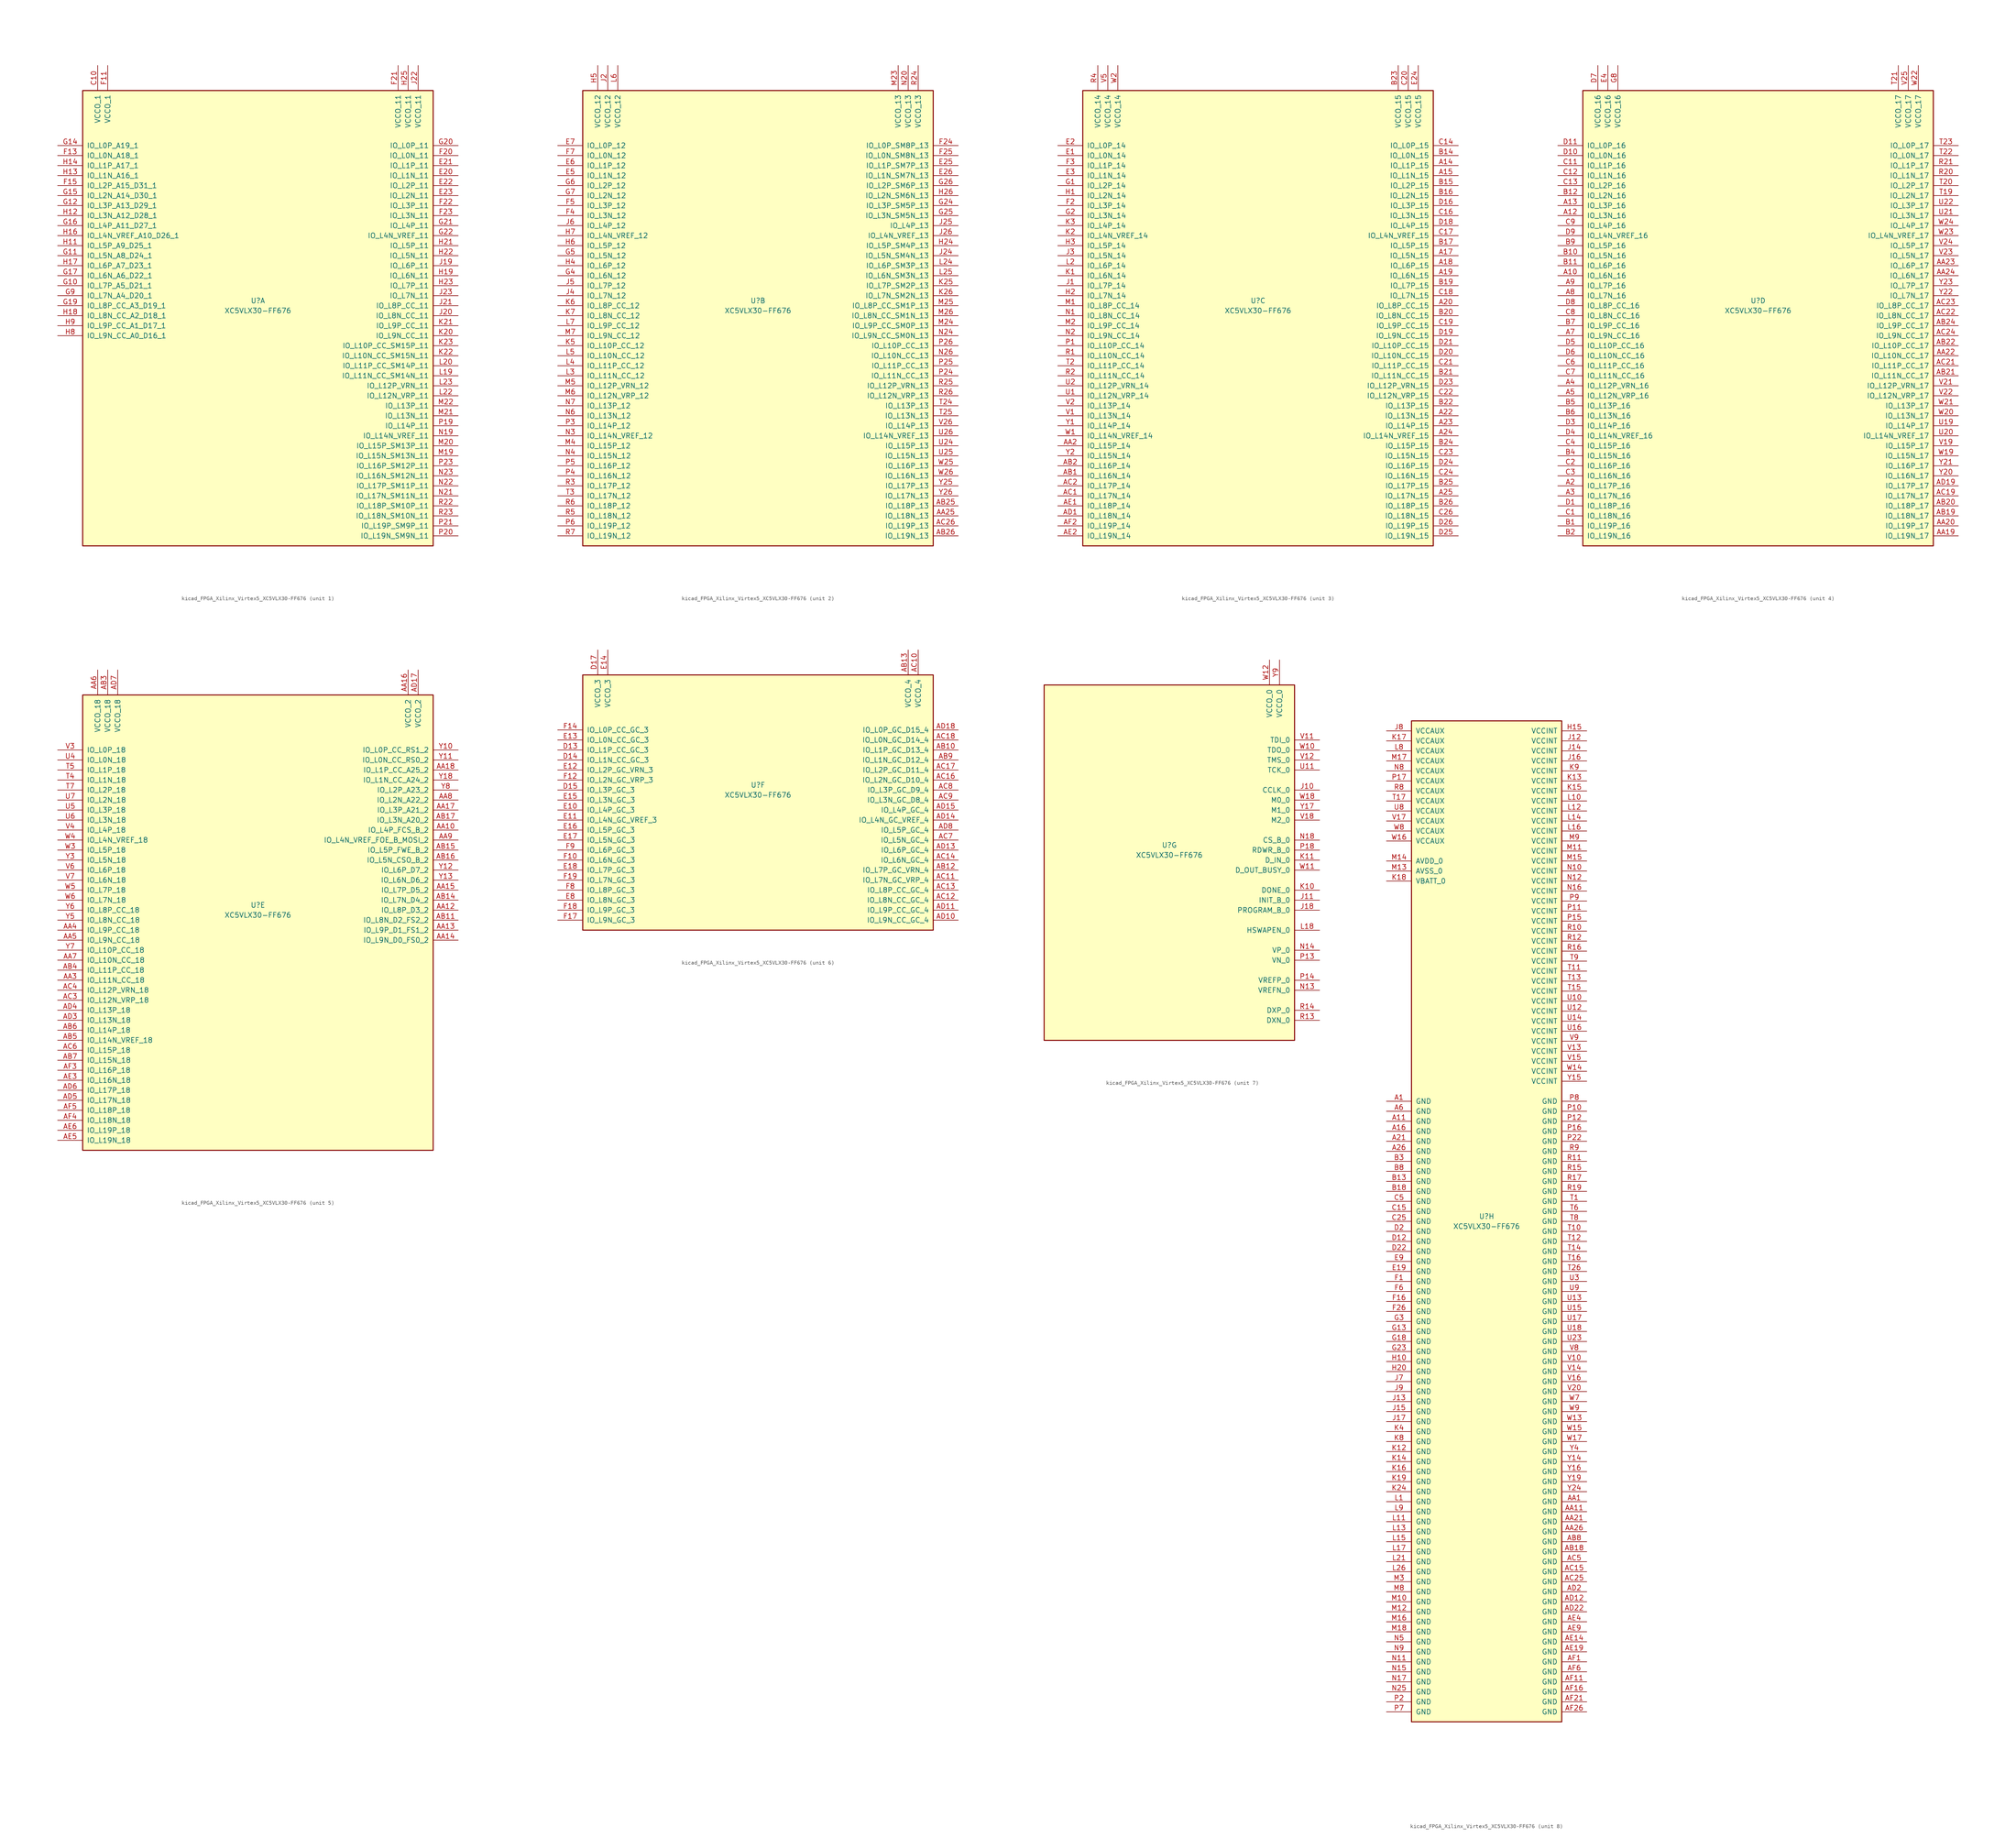
<source format=kicad_sym>
(kicad_symbol_lib
  (version 20220914)
  (generator kicad_symbol_editor)
  (symbol "kicad_FPGA_Xilinx_Virtex5_XC5VLX30-FF676"
    (pin_names
      (offset 1.016))
    (property "Reference" "U"
      (at 0 1.27 0)
      (effects (font (size 1.27 1.27))))
    (property "Value" "XC5VLX30-FF676"
      (at 0 -1.27 0)
      (effects (font (size 1.27 1.27))))
    (property "Datasheet" ""
      (at 0 0 0)
      (effects (font (size 1.27 1.27))))
    (property "ki_locked" ""
      (at 0 0 0)
      (effects (font (size 1.27 1.27))))
    (symbol "kicad_FPGA_Xilinx_Virtex5_XC5VLX30-FF676_1_1"
      (rectangle (start -44.45 54.61) (end 44.45 -60.96) (stroke (width 0.254) (type default)) (fill (type background)))
      (pin power_in line (at -40.64 60.96 270) (length 6.35) (name "VCCO_1" (effects (font (size 1.27 1.27)))) (number "C10" (effects (font (size 1.27 1.27)))))
      (pin bidirectional line (at 50.8 33.02 180) (length 6.35) (name "IO_L1N_11" (effects (font (size 1.27 1.27)))) (number "E20" (effects (font (size 1.27 1.27)))))
      (pin bidirectional line (at 50.8 35.56 180) (length 6.35) (name "IO_L1P_11" (effects (font (size 1.27 1.27)))) (number "E21" (effects (font (size 1.27 1.27)))))
      (pin bidirectional line (at 50.8 30.48 180) (length 6.35) (name "IO_L2P_11" (effects (font (size 1.27 1.27)))) (number "E22" (effects (font (size 1.27 1.27)))))
      (pin bidirectional line (at 50.8 27.94 180) (length 6.35) (name "IO_L2N_11" (effects (font (size 1.27 1.27)))) (number "E23" (effects (font (size 1.27 1.27)))))
      (pin power_in line (at -38.1 60.96 270) (length 6.35) (name "VCCO_1" (effects (font (size 1.27 1.27)))) (number "F11" (effects (font (size 1.27 1.27)))))
      (pin bidirectional line (at -50.8 38.1 0) (length 6.35) (name "IO_L0N_A18_1" (effects (font (size 1.27 1.27)))) (number "F13" (effects (font (size 1.27 1.27)))))
      (pin bidirectional line (at -50.8 30.48 0) (length 6.35) (name "IO_L2P_A15_D31_1" (effects (font (size 1.27 1.27)))) (number "F15" (effects (font (size 1.27 1.27)))))
      (pin bidirectional line (at 50.8 38.1 180) (length 6.35) (name "IO_L0N_11" (effects (font (size 1.27 1.27)))) (number "F20" (effects (font (size 1.27 1.27)))))
      (pin power_in line (at 35.56 60.96 270) (length 6.35) (name "VCCO_11" (effects (font (size 1.27 1.27)))) (number "F21" (effects (font (size 1.27 1.27)))))
      (pin bidirectional line (at 50.8 25.4 180) (length 6.35) (name "IO_L3P_11" (effects (font (size 1.27 1.27)))) (number "F22" (effects (font (size 1.27 1.27)))))
      (pin bidirectional line (at 50.8 22.86 180) (length 6.35) (name "IO_L3N_11" (effects (font (size 1.27 1.27)))) (number "F23" (effects (font (size 1.27 1.27)))))
      (pin bidirectional line (at -50.8 5.08 0) (length 6.35) (name "IO_L7P_A5_D21_1" (effects (font (size 1.27 1.27)))) (number "G10" (effects (font (size 1.27 1.27)))))
      (pin bidirectional line (at -50.8 12.7 0) (length 6.35) (name "IO_L5N_A8_D24_1" (effects (font (size 1.27 1.27)))) (number "G11" (effects (font (size 1.27 1.27)))))
      (pin bidirectional line (at -50.8 25.4 0) (length 6.35) (name "IO_L3P_A13_D29_1" (effects (font (size 1.27 1.27)))) (number "G12" (effects (font (size 1.27 1.27)))))
      (pin bidirectional line (at -50.8 40.64 0) (length 6.35) (name "IO_L0P_A19_1" (effects (font (size 1.27 1.27)))) (number "G14" (effects (font (size 1.27 1.27)))))
      (pin bidirectional line (at -50.8 27.94 0) (length 6.35) (name "IO_L2N_A14_D30_1" (effects (font (size 1.27 1.27)))) (number "G15" (effects (font (size 1.27 1.27)))))
      (pin bidirectional line (at -50.8 20.32 0) (length 6.35) (name "IO_L4P_A11_D27_1" (effects (font (size 1.27 1.27)))) (number "G16" (effects (font (size 1.27 1.27)))))
      (pin bidirectional line (at -50.8 7.62 0) (length 6.35) (name "IO_L6N_A6_D22_1" (effects (font (size 1.27 1.27)))) (number "G17" (effects (font (size 1.27 1.27)))))
      (pin bidirectional line (at -50.8 0 0) (length 6.35) (name "IO_L8P_CC_A3_D19_1" (effects (font (size 1.27 1.27)))) (number "G19" (effects (font (size 1.27 1.27)))))
      (pin bidirectional line (at 50.8 40.64 180) (length 6.35) (name "IO_L0P_11" (effects (font (size 1.27 1.27)))) (number "G20" (effects (font (size 1.27 1.27)))))
      (pin bidirectional line (at 50.8 20.32 180) (length 6.35) (name "IO_L4P_11" (effects (font (size 1.27 1.27)))) (number "G21" (effects (font (size 1.27 1.27)))))
      (pin bidirectional line (at 50.8 17.78 180) (length 6.35) (name "IO_L4N_VREF_11" (effects (font (size 1.27 1.27)))) (number "G22" (effects (font (size 1.27 1.27)))))
      (pin bidirectional line (at -50.8 2.54 0) (length 6.35) (name "IO_L7N_A4_D20_1" (effects (font (size 1.27 1.27)))) (number "G9" (effects (font (size 1.27 1.27)))))
      (pin bidirectional line (at -50.8 15.24 0) (length 6.35) (name "IO_L5P_A9_D25_1" (effects (font (size 1.27 1.27)))) (number "H11" (effects (font (size 1.27 1.27)))))
      (pin bidirectional line (at -50.8 22.86 0) (length 6.35) (name "IO_L3N_A12_D28_1" (effects (font (size 1.27 1.27)))) (number "H12" (effects (font (size 1.27 1.27)))))
      (pin bidirectional line (at -50.8 33.02 0) (length 6.35) (name "IO_L1N_A16_1" (effects (font (size 1.27 1.27)))) (number "H13" (effects (font (size 1.27 1.27)))))
      (pin bidirectional line (at -50.8 35.56 0) (length 6.35) (name "IO_L1P_A17_1" (effects (font (size 1.27 1.27)))) (number "H14" (effects (font (size 1.27 1.27)))))
      (pin bidirectional line (at -50.8 17.78 0) (length 6.35) (name "IO_L4N_VREF_A10_D26_1" (effects (font (size 1.27 1.27)))) (number "H16" (effects (font (size 1.27 1.27)))))
      (pin bidirectional line (at -50.8 10.16 0) (length 6.35) (name "IO_L6P_A7_D23_1" (effects (font (size 1.27 1.27)))) (number "H17" (effects (font (size 1.27 1.27)))))
      (pin bidirectional line (at -50.8 -2.54 0) (length 6.35) (name "IO_L8N_CC_A2_D18_1" (effects (font (size 1.27 1.27)))) (number "H18" (effects (font (size 1.27 1.27)))))
      (pin bidirectional line (at 50.8 7.62 180) (length 6.35) (name "IO_L6N_11" (effects (font (size 1.27 1.27)))) (number "H19" (effects (font (size 1.27 1.27)))))
      (pin bidirectional line (at 50.8 15.24 180) (length 6.35) (name "IO_L5P_11" (effects (font (size 1.27 1.27)))) (number "H21" (effects (font (size 1.27 1.27)))))
      (pin bidirectional line (at 50.8 12.7 180) (length 6.35) (name "IO_L5N_11" (effects (font (size 1.27 1.27)))) (number "H22" (effects (font (size 1.27 1.27)))))
      (pin bidirectional line (at 50.8 5.08 180) (length 6.35) (name "IO_L7P_11" (effects (font (size 1.27 1.27)))) (number "H23" (effects (font (size 1.27 1.27)))))
      (pin power_in line (at 38.1 60.96 270) (length 6.35) (name "VCCO_11" (effects (font (size 1.27 1.27)))) (number "H25" (effects (font (size 1.27 1.27)))))
      (pin bidirectional line (at -50.8 -7.62 0) (length 6.35) (name "IO_L9N_CC_A0_D16_1" (effects (font (size 1.27 1.27)))) (number "H8" (effects (font (size 1.27 1.27)))))
      (pin bidirectional line (at -50.8 -5.08 0) (length 6.35) (name "IO_L9P_CC_A1_D17_1" (effects (font (size 1.27 1.27)))) (number "H9" (effects (font (size 1.27 1.27)))))
      (pin bidirectional line (at 50.8 10.16 180) (length 6.35) (name "IO_L6P_11" (effects (font (size 1.27 1.27)))) (number "J19" (effects (font (size 1.27 1.27)))))
      (pin bidirectional line (at 50.8 -2.54 180) (length 6.35) (name "IO_L8N_CC_11" (effects (font (size 1.27 1.27)))) (number "J20" (effects (font (size 1.27 1.27)))))
      (pin bidirectional line (at 50.8 0 180) (length 6.35) (name "IO_L8P_CC_11" (effects (font (size 1.27 1.27)))) (number "J21" (effects (font (size 1.27 1.27)))))
      (pin power_in line (at 40.64 60.96 270) (length 6.35) (name "VCCO_11" (effects (font (size 1.27 1.27)))) (number "J22" (effects (font (size 1.27 1.27)))))
      (pin bidirectional line (at 50.8 2.54 180) (length 6.35) (name "IO_L7N_11" (effects (font (size 1.27 1.27)))) (number "J23" (effects (font (size 1.27 1.27)))))
      (pin bidirectional line (at 50.8 -7.62 180) (length 6.35) (name "IO_L9N_CC_11" (effects (font (size 1.27 1.27)))) (number "K20" (effects (font (size 1.27 1.27)))))
      (pin bidirectional line (at 50.8 -5.08 180) (length 6.35) (name "IO_L9P_CC_11" (effects (font (size 1.27 1.27)))) (number "K21" (effects (font (size 1.27 1.27)))))
      (pin bidirectional line (at 50.8 -12.7 180) (length 6.35) (name "IO_L10N_CC_SM15N_11" (effects (font (size 1.27 1.27)))) (number "K22" (effects (font (size 1.27 1.27)))))
      (pin bidirectional line (at 50.8 -10.16 180) (length 6.35) (name "IO_L10P_CC_SM15P_11" (effects (font (size 1.27 1.27)))) (number "K23" (effects (font (size 1.27 1.27)))))
      (pin bidirectional line (at 50.8 -17.78 180) (length 6.35) (name "IO_L11N_CC_SM14N_11" (effects (font (size 1.27 1.27)))) (number "L19" (effects (font (size 1.27 1.27)))))
      (pin bidirectional line (at 50.8 -15.24 180) (length 6.35) (name "IO_L11P_CC_SM14P_11" (effects (font (size 1.27 1.27)))) (number "L20" (effects (font (size 1.27 1.27)))))
      (pin bidirectional line (at 50.8 -22.86 180) (length 6.35) (name "IO_L12N_VRP_11" (effects (font (size 1.27 1.27)))) (number "L22" (effects (font (size 1.27 1.27)))))
      (pin bidirectional line (at 50.8 -20.32 180) (length 6.35) (name "IO_L12P_VRN_11" (effects (font (size 1.27 1.27)))) (number "L23" (effects (font (size 1.27 1.27)))))
      (pin bidirectional line (at 50.8 -38.1 180) (length 6.35) (name "IO_L15N_SM13N_11" (effects (font (size 1.27 1.27)))) (number "M19" (effects (font (size 1.27 1.27)))))
      (pin bidirectional line (at 50.8 -35.56 180) (length 6.35) (name "IO_L15P_SM13P_11" (effects (font (size 1.27 1.27)))) (number "M20" (effects (font (size 1.27 1.27)))))
      (pin bidirectional line (at 50.8 -27.94 180) (length 6.35) (name "IO_L13N_11" (effects (font (size 1.27 1.27)))) (number "M21" (effects (font (size 1.27 1.27)))))
      (pin bidirectional line (at 50.8 -25.4 180) (length 6.35) (name "IO_L13P_11" (effects (font (size 1.27 1.27)))) (number "M22" (effects (font (size 1.27 1.27)))))
      (pin bidirectional line (at 50.8 -33.02 180) (length 6.35) (name "IO_L14N_VREF_11" (effects (font (size 1.27 1.27)))) (number "N19" (effects (font (size 1.27 1.27)))))
      (pin bidirectional line (at 50.8 -48.26 180) (length 6.35) (name "IO_L17N_SM11N_11" (effects (font (size 1.27 1.27)))) (number "N21" (effects (font (size 1.27 1.27)))))
      (pin bidirectional line (at 50.8 -45.72 180) (length 6.35) (name "IO_L17P_SM11P_11" (effects (font (size 1.27 1.27)))) (number "N22" (effects (font (size 1.27 1.27)))))
      (pin bidirectional line (at 50.8 -43.18 180) (length 6.35) (name "IO_L16N_SM12N_11" (effects (font (size 1.27 1.27)))) (number "N23" (effects (font (size 1.27 1.27)))))
      (pin bidirectional line (at 50.8 -30.48 180) (length 6.35) (name "IO_L14P_11" (effects (font (size 1.27 1.27)))) (number "P19" (effects (font (size 1.27 1.27)))))
      (pin bidirectional line (at 50.8 -58.42 180) (length 6.35) (name "IO_L19N_SM9N_11" (effects (font (size 1.27 1.27)))) (number "P20" (effects (font (size 1.27 1.27)))))
      (pin bidirectional line (at 50.8 -55.88 180) (length 6.35) (name "IO_L19P_SM9P_11" (effects (font (size 1.27 1.27)))) (number "P21" (effects (font (size 1.27 1.27)))))
      (pin bidirectional line (at 50.8 -40.64 180) (length 6.35) (name "IO_L16P_SM12P_11" (effects (font (size 1.27 1.27)))) (number "P23" (effects (font (size 1.27 1.27)))))
      (pin bidirectional line (at 50.8 -50.8 180) (length 6.35) (name "IO_L18P_SM10P_11" (effects (font (size 1.27 1.27)))) (number "R22" (effects (font (size 1.27 1.27)))))
      (pin bidirectional line (at 50.8 -53.34 180) (length 6.35) (name "IO_L18N_SM10N_11" (effects (font (size 1.27 1.27)))) (number "R23" (effects (font (size 1.27 1.27))))))
    (symbol "kicad_FPGA_Xilinx_Virtex5_XC5VLX30-FF676_2_1"
      (rectangle (start -44.45 54.61) (end 44.45 -60.96) (stroke (width 0.254) (type default)) (fill (type background)))
      (pin bidirectional line (at 50.8 -53.34 180) (length 6.35) (name "IO_L18N_13" (effects (font (size 1.27 1.27)))) (number "AA25" (effects (font (size 1.27 1.27)))))
      (pin bidirectional line (at 50.8 -50.8 180) (length 6.35) (name "IO_L18P_13" (effects (font (size 1.27 1.27)))) (number "AB25" (effects (font (size 1.27 1.27)))))
      (pin bidirectional line (at 50.8 -58.42 180) (length 6.35) (name "IO_L19N_13" (effects (font (size 1.27 1.27)))) (number "AB26" (effects (font (size 1.27 1.27)))))
      (pin bidirectional line (at 50.8 -55.88 180) (length 6.35) (name "IO_L19P_13" (effects (font (size 1.27 1.27)))) (number "AC26" (effects (font (size 1.27 1.27)))))
      (pin bidirectional line (at 50.8 35.56 180) (length 6.35) (name "IO_L1P_SM7P_13" (effects (font (size 1.27 1.27)))) (number "E25" (effects (font (size 1.27 1.27)))))
      (pin bidirectional line (at 50.8 33.02 180) (length 6.35) (name "IO_L1N_SM7N_13" (effects (font (size 1.27 1.27)))) (number "E26" (effects (font (size 1.27 1.27)))))
      (pin bidirectional line (at -50.8 33.02 0) (length 6.35) (name "IO_L1N_12" (effects (font (size 1.27 1.27)))) (number "E5" (effects (font (size 1.27 1.27)))))
      (pin bidirectional line (at -50.8 35.56 0) (length 6.35) (name "IO_L1P_12" (effects (font (size 1.27 1.27)))) (number "E6" (effects (font (size 1.27 1.27)))))
      (pin bidirectional line (at -50.8 40.64 0) (length 6.35) (name "IO_L0P_12" (effects (font (size 1.27 1.27)))) (number "E7" (effects (font (size 1.27 1.27)))))
      (pin bidirectional line (at 50.8 40.64 180) (length 6.35) (name "IO_L0P_SM8P_13" (effects (font (size 1.27 1.27)))) (number "F24" (effects (font (size 1.27 1.27)))))
      (pin bidirectional line (at 50.8 38.1 180) (length 6.35) (name "IO_L0N_SM8N_13" (effects (font (size 1.27 1.27)))) (number "F25" (effects (font (size 1.27 1.27)))))
      (pin bidirectional line (at -50.8 22.86 0) (length 6.35) (name "IO_L3N_12" (effects (font (size 1.27 1.27)))) (number "F4" (effects (font (size 1.27 1.27)))))
      (pin bidirectional line (at -50.8 25.4 0) (length 6.35) (name "IO_L3P_12" (effects (font (size 1.27 1.27)))) (number "F5" (effects (font (size 1.27 1.27)))))
      (pin bidirectional line (at -50.8 38.1 0) (length 6.35) (name "IO_L0N_12" (effects (font (size 1.27 1.27)))) (number "F7" (effects (font (size 1.27 1.27)))))
      (pin bidirectional line (at 50.8 25.4 180) (length 6.35) (name "IO_L3P_SM5P_13" (effects (font (size 1.27 1.27)))) (number "G24" (effects (font (size 1.27 1.27)))))
      (pin bidirectional line (at 50.8 22.86 180) (length 6.35) (name "IO_L3N_SM5N_13" (effects (font (size 1.27 1.27)))) (number "G25" (effects (font (size 1.27 1.27)))))
      (pin bidirectional line (at 50.8 30.48 180) (length 6.35) (name "IO_L2P_SM6P_13" (effects (font (size 1.27 1.27)))) (number "G26" (effects (font (size 1.27 1.27)))))
      (pin bidirectional line (at -50.8 7.62 0) (length 6.35) (name "IO_L6N_12" (effects (font (size 1.27 1.27)))) (number "G4" (effects (font (size 1.27 1.27)))))
      (pin bidirectional line (at -50.8 12.7 0) (length 6.35) (name "IO_L5N_12" (effects (font (size 1.27 1.27)))) (number "G5" (effects (font (size 1.27 1.27)))))
      (pin bidirectional line (at -50.8 30.48 0) (length 6.35) (name "IO_L2P_12" (effects (font (size 1.27 1.27)))) (number "G6" (effects (font (size 1.27 1.27)))))
      (pin bidirectional line (at -50.8 27.94 0) (length 6.35) (name "IO_L2N_12" (effects (font (size 1.27 1.27)))) (number "G7" (effects (font (size 1.27 1.27)))))
      (pin bidirectional line (at 50.8 15.24 180) (length 6.35) (name "IO_L5P_SM4P_13" (effects (font (size 1.27 1.27)))) (number "H24" (effects (font (size 1.27 1.27)))))
      (pin bidirectional line (at 50.8 27.94 180) (length 6.35) (name "IO_L2N_SM6N_13" (effects (font (size 1.27 1.27)))) (number "H26" (effects (font (size 1.27 1.27)))))
      (pin bidirectional line (at -50.8 10.16 0) (length 6.35) (name "IO_L6P_12" (effects (font (size 1.27 1.27)))) (number "H4" (effects (font (size 1.27 1.27)))))
      (pin power_in line (at -40.64 60.96 270) (length 6.35) (name "VCCO_12" (effects (font (size 1.27 1.27)))) (number "H5" (effects (font (size 1.27 1.27)))))
      (pin bidirectional line (at -50.8 15.24 0) (length 6.35) (name "IO_L5P_12" (effects (font (size 1.27 1.27)))) (number "H6" (effects (font (size 1.27 1.27)))))
      (pin bidirectional line (at -50.8 17.78 0) (length 6.35) (name "IO_L4N_VREF_12" (effects (font (size 1.27 1.27)))) (number "H7" (effects (font (size 1.27 1.27)))))
      (pin power_in line (at -38.1 60.96 270) (length 6.35) (name "VCCO_12" (effects (font (size 1.27 1.27)))) (number "J2" (effects (font (size 1.27 1.27)))))
      (pin bidirectional line (at 50.8 12.7 180) (length 6.35) (name "IO_L5N_SM4N_13" (effects (font (size 1.27 1.27)))) (number "J24" (effects (font (size 1.27 1.27)))))
      (pin bidirectional line (at 50.8 20.32 180) (length 6.35) (name "IO_L4P_13" (effects (font (size 1.27 1.27)))) (number "J25" (effects (font (size 1.27 1.27)))))
      (pin bidirectional line (at 50.8 17.78 180) (length 6.35) (name "IO_L4N_VREF_13" (effects (font (size 1.27 1.27)))) (number "J26" (effects (font (size 1.27 1.27)))))
      (pin bidirectional line (at -50.8 2.54 0) (length 6.35) (name "IO_L7N_12" (effects (font (size 1.27 1.27)))) (number "J4" (effects (font (size 1.27 1.27)))))
      (pin bidirectional line (at -50.8 5.08 0) (length 6.35) (name "IO_L7P_12" (effects (font (size 1.27 1.27)))) (number "J5" (effects (font (size 1.27 1.27)))))
      (pin bidirectional line (at -50.8 20.32 0) (length 6.35) (name "IO_L4P_12" (effects (font (size 1.27 1.27)))) (number "J6" (effects (font (size 1.27 1.27)))))
      (pin bidirectional line (at 50.8 5.08 180) (length 6.35) (name "IO_L7P_SM2P_13" (effects (font (size 1.27 1.27)))) (number "K25" (effects (font (size 1.27 1.27)))))
      (pin bidirectional line (at 50.8 2.54 180) (length 6.35) (name "IO_L7N_SM2N_13" (effects (font (size 1.27 1.27)))) (number "K26" (effects (font (size 1.27 1.27)))))
      (pin bidirectional line (at -50.8 -10.16 0) (length 6.35) (name "IO_L10P_CC_12" (effects (font (size 1.27 1.27)))) (number "K5" (effects (font (size 1.27 1.27)))))
      (pin bidirectional line (at -50.8 0 0) (length 6.35) (name "IO_L8P_CC_12" (effects (font (size 1.27 1.27)))) (number "K6" (effects (font (size 1.27 1.27)))))
      (pin bidirectional line (at -50.8 -2.54 0) (length 6.35) (name "IO_L8N_CC_12" (effects (font (size 1.27 1.27)))) (number "K7" (effects (font (size 1.27 1.27)))))
      (pin bidirectional line (at 50.8 10.16 180) (length 6.35) (name "IO_L6P_SM3P_13" (effects (font (size 1.27 1.27)))) (number "L24" (effects (font (size 1.27 1.27)))))
      (pin bidirectional line (at 50.8 7.62 180) (length 6.35) (name "IO_L6N_SM3N_13" (effects (font (size 1.27 1.27)))) (number "L25" (effects (font (size 1.27 1.27)))))
      (pin bidirectional line (at -50.8 -17.78 0) (length 6.35) (name "IO_L11N_CC_12" (effects (font (size 1.27 1.27)))) (number "L3" (effects (font (size 1.27 1.27)))))
      (pin bidirectional line (at -50.8 -15.24 0) (length 6.35) (name "IO_L11P_CC_12" (effects (font (size 1.27 1.27)))) (number "L4" (effects (font (size 1.27 1.27)))))
      (pin bidirectional line (at -50.8 -12.7 0) (length 6.35) (name "IO_L10N_CC_12" (effects (font (size 1.27 1.27)))) (number "L5" (effects (font (size 1.27 1.27)))))
      (pin power_in line (at -35.56 60.96 270) (length 6.35) (name "VCCO_12" (effects (font (size 1.27 1.27)))) (number "L6" (effects (font (size 1.27 1.27)))))
      (pin bidirectional line (at -50.8 -5.08 0) (length 6.35) (name "IO_L9P_CC_12" (effects (font (size 1.27 1.27)))) (number "L7" (effects (font (size 1.27 1.27)))))
      (pin power_in line (at 35.56 60.96 270) (length 6.35) (name "VCCO_13" (effects (font (size 1.27 1.27)))) (number "M23" (effects (font (size 1.27 1.27)))))
      (pin bidirectional line (at 50.8 -5.08 180) (length 6.35) (name "IO_L9P_CC_SM0P_13" (effects (font (size 1.27 1.27)))) (number "M24" (effects (font (size 1.27 1.27)))))
      (pin bidirectional line (at 50.8 0 180) (length 6.35) (name "IO_L8P_CC_SM1P_13" (effects (font (size 1.27 1.27)))) (number "M25" (effects (font (size 1.27 1.27)))))
      (pin bidirectional line (at 50.8 -2.54 180) (length 6.35) (name "IO_L8N_CC_SM1N_13" (effects (font (size 1.27 1.27)))) (number "M26" (effects (font (size 1.27 1.27)))))
      (pin bidirectional line (at -50.8 -35.56 0) (length 6.35) (name "IO_L15P_12" (effects (font (size 1.27 1.27)))) (number "M4" (effects (font (size 1.27 1.27)))))
      (pin bidirectional line (at -50.8 -20.32 0) (length 6.35) (name "IO_L12P_VRN_12" (effects (font (size 1.27 1.27)))) (number "M5" (effects (font (size 1.27 1.27)))))
      (pin bidirectional line (at -50.8 -22.86 0) (length 6.35) (name "IO_L12N_VRP_12" (effects (font (size 1.27 1.27)))) (number "M6" (effects (font (size 1.27 1.27)))))
      (pin bidirectional line (at -50.8 -7.62 0) (length 6.35) (name "IO_L9N_CC_12" (effects (font (size 1.27 1.27)))) (number "M7" (effects (font (size 1.27 1.27)))))
      (pin power_in line (at 38.1 60.96 270) (length 6.35) (name "VCCO_13" (effects (font (size 1.27 1.27)))) (number "N20" (effects (font (size 1.27 1.27)))))
      (pin bidirectional line (at 50.8 -7.62 180) (length 6.35) (name "IO_L9N_CC_SM0N_13" (effects (font (size 1.27 1.27)))) (number "N24" (effects (font (size 1.27 1.27)))))
      (pin bidirectional line (at 50.8 -12.7 180) (length 6.35) (name "IO_L10N_CC_13" (effects (font (size 1.27 1.27)))) (number "N26" (effects (font (size 1.27 1.27)))))
      (pin bidirectional line (at -50.8 -33.02 0) (length 6.35) (name "IO_L14N_VREF_12" (effects (font (size 1.27 1.27)))) (number "N3" (effects (font (size 1.27 1.27)))))
      (pin bidirectional line (at -50.8 -38.1 0) (length 6.35) (name "IO_L15N_12" (effects (font (size 1.27 1.27)))) (number "N4" (effects (font (size 1.27 1.27)))))
      (pin bidirectional line (at -50.8 -27.94 0) (length 6.35) (name "IO_L13N_12" (effects (font (size 1.27 1.27)))) (number "N6" (effects (font (size 1.27 1.27)))))
      (pin bidirectional line (at -50.8 -25.4 0) (length 6.35) (name "IO_L13P_12" (effects (font (size 1.27 1.27)))) (number "N7" (effects (font (size 1.27 1.27)))))
      (pin bidirectional line (at 50.8 -17.78 180) (length 6.35) (name "IO_L11N_CC_13" (effects (font (size 1.27 1.27)))) (number "P24" (effects (font (size 1.27 1.27)))))
      (pin bidirectional line (at 50.8 -15.24 180) (length 6.35) (name "IO_L11P_CC_13" (effects (font (size 1.27 1.27)))) (number "P25" (effects (font (size 1.27 1.27)))))
      (pin bidirectional line (at 50.8 -10.16 180) (length 6.35) (name "IO_L10P_CC_13" (effects (font (size 1.27 1.27)))) (number "P26" (effects (font (size 1.27 1.27)))))
      (pin bidirectional line (at -50.8 -30.48 0) (length 6.35) (name "IO_L14P_12" (effects (font (size 1.27 1.27)))) (number "P3" (effects (font (size 1.27 1.27)))))
      (pin bidirectional line (at -50.8 -43.18 0) (length 6.35) (name "IO_L16N_12" (effects (font (size 1.27 1.27)))) (number "P4" (effects (font (size 1.27 1.27)))))
      (pin bidirectional line (at -50.8 -40.64 0) (length 6.35) (name "IO_L16P_12" (effects (font (size 1.27 1.27)))) (number "P5" (effects (font (size 1.27 1.27)))))
      (pin bidirectional line (at -50.8 -55.88 0) (length 6.35) (name "IO_L19P_12" (effects (font (size 1.27 1.27)))) (number "P6" (effects (font (size 1.27 1.27)))))
      (pin power_in line (at 40.64 60.96 270) (length 6.35) (name "VCCO_13" (effects (font (size 1.27 1.27)))) (number "R24" (effects (font (size 1.27 1.27)))))
      (pin bidirectional line (at 50.8 -20.32 180) (length 6.35) (name "IO_L12P_VRN_13" (effects (font (size 1.27 1.27)))) (number "R25" (effects (font (size 1.27 1.27)))))
      (pin bidirectional line (at 50.8 -22.86 180) (length 6.35) (name "IO_L12N_VRP_13" (effects (font (size 1.27 1.27)))) (number "R26" (effects (font (size 1.27 1.27)))))
      (pin bidirectional line (at -50.8 -45.72 0) (length 6.35) (name "IO_L17P_12" (effects (font (size 1.27 1.27)))) (number "R3" (effects (font (size 1.27 1.27)))))
      (pin bidirectional line (at -50.8 -53.34 0) (length 6.35) (name "IO_L18N_12" (effects (font (size 1.27 1.27)))) (number "R5" (effects (font (size 1.27 1.27)))))
      (pin bidirectional line (at -50.8 -50.8 0) (length 6.35) (name "IO_L18P_12" (effects (font (size 1.27 1.27)))) (number "R6" (effects (font (size 1.27 1.27)))))
      (pin bidirectional line (at -50.8 -58.42 0) (length 6.35) (name "IO_L19N_12" (effects (font (size 1.27 1.27)))) (number "R7" (effects (font (size 1.27 1.27)))))
      (pin bidirectional line (at 50.8 -25.4 180) (length 6.35) (name "IO_L13P_13" (effects (font (size 1.27 1.27)))) (number "T24" (effects (font (size 1.27 1.27)))))
      (pin bidirectional line (at 50.8 -27.94 180) (length 6.35) (name "IO_L13N_13" (effects (font (size 1.27 1.27)))) (number "T25" (effects (font (size 1.27 1.27)))))
      (pin bidirectional line (at -50.8 -48.26 0) (length 6.35) (name "IO_L17N_12" (effects (font (size 1.27 1.27)))) (number "T3" (effects (font (size 1.27 1.27)))))
      (pin bidirectional line (at 50.8 -35.56 180) (length 6.35) (name "IO_L15P_13" (effects (font (size 1.27 1.27)))) (number "U24" (effects (font (size 1.27 1.27)))))
      (pin bidirectional line (at 50.8 -38.1 180) (length 6.35) (name "IO_L15N_13" (effects (font (size 1.27 1.27)))) (number "U25" (effects (font (size 1.27 1.27)))))
      (pin bidirectional line (at 50.8 -33.02 180) (length 6.35) (name "IO_L14N_VREF_13" (effects (font (size 1.27 1.27)))) (number "U26" (effects (font (size 1.27 1.27)))))
      (pin bidirectional line (at 50.8 -30.48 180) (length 6.35) (name "IO_L14P_13" (effects (font (size 1.27 1.27)))) (number "V26" (effects (font (size 1.27 1.27)))))
      (pin bidirectional line (at 50.8 -40.64 180) (length 6.35) (name "IO_L16P_13" (effects (font (size 1.27 1.27)))) (number "W25" (effects (font (size 1.27 1.27)))))
      (pin bidirectional line (at 50.8 -43.18 180) (length 6.35) (name "IO_L16N_13" (effects (font (size 1.27 1.27)))) (number "W26" (effects (font (size 1.27 1.27)))))
      (pin bidirectional line (at 50.8 -45.72 180) (length 6.35) (name "IO_L17P_13" (effects (font (size 1.27 1.27)))) (number "Y25" (effects (font (size 1.27 1.27)))))
      (pin bidirectional line (at 50.8 -48.26 180) (length 6.35) (name "IO_L17N_13" (effects (font (size 1.27 1.27)))) (number "Y26" (effects (font (size 1.27 1.27))))))
    (symbol "kicad_FPGA_Xilinx_Virtex5_XC5VLX30-FF676_3_1"
      (rectangle (start -44.45 54.61) (end 44.45 -60.96) (stroke (width 0.254) (type default)) (fill (type background)))
      (pin bidirectional line (at 50.8 35.56 180) (length 6.35) (name "IO_L1P_15" (effects (font (size 1.27 1.27)))) (number "A14" (effects (font (size 1.27 1.27)))))
      (pin bidirectional line (at 50.8 33.02 180) (length 6.35) (name "IO_L1N_15" (effects (font (size 1.27 1.27)))) (number "A15" (effects (font (size 1.27 1.27)))))
      (pin bidirectional line (at 50.8 12.7 180) (length 6.35) (name "IO_L5N_15" (effects (font (size 1.27 1.27)))) (number "A17" (effects (font (size 1.27 1.27)))))
      (pin bidirectional line (at 50.8 10.16 180) (length 6.35) (name "IO_L6P_15" (effects (font (size 1.27 1.27)))) (number "A18" (effects (font (size 1.27 1.27)))))
      (pin bidirectional line (at 50.8 7.62 180) (length 6.35) (name "IO_L6N_15" (effects (font (size 1.27 1.27)))) (number "A19" (effects (font (size 1.27 1.27)))))
      (pin bidirectional line (at 50.8 0 180) (length 6.35) (name "IO_L8P_CC_15" (effects (font (size 1.27 1.27)))) (number "A20" (effects (font (size 1.27 1.27)))))
      (pin bidirectional line (at 50.8 -27.94 180) (length 6.35) (name "IO_L13N_15" (effects (font (size 1.27 1.27)))) (number "A22" (effects (font (size 1.27 1.27)))))
      (pin bidirectional line (at 50.8 -30.48 180) (length 6.35) (name "IO_L14P_15" (effects (font (size 1.27 1.27)))) (number "A23" (effects (font (size 1.27 1.27)))))
      (pin bidirectional line (at 50.8 -33.02 180) (length 6.35) (name "IO_L14N_VREF_15" (effects (font (size 1.27 1.27)))) (number "A24" (effects (font (size 1.27 1.27)))))
      (pin bidirectional line (at 50.8 -48.26 180) (length 6.35) (name "IO_L17N_15" (effects (font (size 1.27 1.27)))) (number "A25" (effects (font (size 1.27 1.27)))))
      (pin bidirectional line (at -50.8 -35.56 0) (length 6.35) (name "IO_L15P_14" (effects (font (size 1.27 1.27)))) (number "AA2" (effects (font (size 1.27 1.27)))))
      (pin bidirectional line (at -50.8 -43.18 0) (length 6.35) (name "IO_L16N_14" (effects (font (size 1.27 1.27)))) (number "AB1" (effects (font (size 1.27 1.27)))))
      (pin bidirectional line (at -50.8 -40.64 0) (length 6.35) (name "IO_L16P_14" (effects (font (size 1.27 1.27)))) (number "AB2" (effects (font (size 1.27 1.27)))))
      (pin bidirectional line (at -50.8 -48.26 0) (length 6.35) (name "IO_L17N_14" (effects (font (size 1.27 1.27)))) (number "AC1" (effects (font (size 1.27 1.27)))))
      (pin bidirectional line (at -50.8 -45.72 0) (length 6.35) (name "IO_L17P_14" (effects (font (size 1.27 1.27)))) (number "AC2" (effects (font (size 1.27 1.27)))))
      (pin bidirectional line (at -50.8 -53.34 0) (length 6.35) (name "IO_L18N_14" (effects (font (size 1.27 1.27)))) (number "AD1" (effects (font (size 1.27 1.27)))))
      (pin bidirectional line (at -50.8 -50.8 0) (length 6.35) (name "IO_L18P_14" (effects (font (size 1.27 1.27)))) (number "AE1" (effects (font (size 1.27 1.27)))))
      (pin bidirectional line (at -50.8 -58.42 0) (length 6.35) (name "IO_L19N_14" (effects (font (size 1.27 1.27)))) (number "AE2" (effects (font (size 1.27 1.27)))))
      (pin bidirectional line (at -50.8 -55.88 0) (length 6.35) (name "IO_L19P_14" (effects (font (size 1.27 1.27)))) (number "AF2" (effects (font (size 1.27 1.27)))))
      (pin bidirectional line (at 50.8 38.1 180) (length 6.35) (name "IO_L0N_15" (effects (font (size 1.27 1.27)))) (number "B14" (effects (font (size 1.27 1.27)))))
      (pin bidirectional line (at 50.8 30.48 180) (length 6.35) (name "IO_L2P_15" (effects (font (size 1.27 1.27)))) (number "B15" (effects (font (size 1.27 1.27)))))
      (pin bidirectional line (at 50.8 27.94 180) (length 6.35) (name "IO_L2N_15" (effects (font (size 1.27 1.27)))) (number "B16" (effects (font (size 1.27 1.27)))))
      (pin bidirectional line (at 50.8 15.24 180) (length 6.35) (name "IO_L5P_15" (effects (font (size 1.27 1.27)))) (number "B17" (effects (font (size 1.27 1.27)))))
      (pin bidirectional line (at 50.8 5.08 180) (length 6.35) (name "IO_L7P_15" (effects (font (size 1.27 1.27)))) (number "B19" (effects (font (size 1.27 1.27)))))
      (pin bidirectional line (at 50.8 -2.54 180) (length 6.35) (name "IO_L8N_CC_15" (effects (font (size 1.27 1.27)))) (number "B20" (effects (font (size 1.27 1.27)))))
      (pin bidirectional line (at 50.8 -17.78 180) (length 6.35) (name "IO_L11N_CC_15" (effects (font (size 1.27 1.27)))) (number "B21" (effects (font (size 1.27 1.27)))))
      (pin bidirectional line (at 50.8 -25.4 180) (length 6.35) (name "IO_L13P_15" (effects (font (size 1.27 1.27)))) (number "B22" (effects (font (size 1.27 1.27)))))
      (pin power_in line (at 35.56 60.96 270) (length 6.35) (name "VCCO_15" (effects (font (size 1.27 1.27)))) (number "B23" (effects (font (size 1.27 1.27)))))
      (pin bidirectional line (at 50.8 -35.56 180) (length 6.35) (name "IO_L15P_15" (effects (font (size 1.27 1.27)))) (number "B24" (effects (font (size 1.27 1.27)))))
      (pin bidirectional line (at 50.8 -45.72 180) (length 6.35) (name "IO_L17P_15" (effects (font (size 1.27 1.27)))) (number "B25" (effects (font (size 1.27 1.27)))))
      (pin bidirectional line (at 50.8 -50.8 180) (length 6.35) (name "IO_L18P_15" (effects (font (size 1.27 1.27)))) (number "B26" (effects (font (size 1.27 1.27)))))
      (pin bidirectional line (at 50.8 40.64 180) (length 6.35) (name "IO_L0P_15" (effects (font (size 1.27 1.27)))) (number "C14" (effects (font (size 1.27 1.27)))))
      (pin bidirectional line (at 50.8 22.86 180) (length 6.35) (name "IO_L3N_15" (effects (font (size 1.27 1.27)))) (number "C16" (effects (font (size 1.27 1.27)))))
      (pin bidirectional line (at 50.8 17.78 180) (length 6.35) (name "IO_L4N_VREF_15" (effects (font (size 1.27 1.27)))) (number "C17" (effects (font (size 1.27 1.27)))))
      (pin bidirectional line (at 50.8 2.54 180) (length 6.35) (name "IO_L7N_15" (effects (font (size 1.27 1.27)))) (number "C18" (effects (font (size 1.27 1.27)))))
      (pin bidirectional line (at 50.8 -5.08 180) (length 6.35) (name "IO_L9P_CC_15" (effects (font (size 1.27 1.27)))) (number "C19" (effects (font (size 1.27 1.27)))))
      (pin power_in line (at 38.1 60.96 270) (length 6.35) (name "VCCO_15" (effects (font (size 1.27 1.27)))) (number "C20" (effects (font (size 1.27 1.27)))))
      (pin bidirectional line (at 50.8 -15.24 180) (length 6.35) (name "IO_L11P_CC_15" (effects (font (size 1.27 1.27)))) (number "C21" (effects (font (size 1.27 1.27)))))
      (pin bidirectional line (at 50.8 -22.86 180) (length 6.35) (name "IO_L12N_VRP_15" (effects (font (size 1.27 1.27)))) (number "C22" (effects (font (size 1.27 1.27)))))
      (pin bidirectional line (at 50.8 -38.1 180) (length 6.35) (name "IO_L15N_15" (effects (font (size 1.27 1.27)))) (number "C23" (effects (font (size 1.27 1.27)))))
      (pin bidirectional line (at 50.8 -43.18 180) (length 6.35) (name "IO_L16N_15" (effects (font (size 1.27 1.27)))) (number "C24" (effects (font (size 1.27 1.27)))))
      (pin bidirectional line (at 50.8 -53.34 180) (length 6.35) (name "IO_L18N_15" (effects (font (size 1.27 1.27)))) (number "C26" (effects (font (size 1.27 1.27)))))
      (pin bidirectional line (at 50.8 25.4 180) (length 6.35) (name "IO_L3P_15" (effects (font (size 1.27 1.27)))) (number "D16" (effects (font (size 1.27 1.27)))))
      (pin bidirectional line (at 50.8 20.32 180) (length 6.35) (name "IO_L4P_15" (effects (font (size 1.27 1.27)))) (number "D18" (effects (font (size 1.27 1.27)))))
      (pin bidirectional line (at 50.8 -7.62 180) (length 6.35) (name "IO_L9N_CC_15" (effects (font (size 1.27 1.27)))) (number "D19" (effects (font (size 1.27 1.27)))))
      (pin bidirectional line (at 50.8 -12.7 180) (length 6.35) (name "IO_L10N_CC_15" (effects (font (size 1.27 1.27)))) (number "D20" (effects (font (size 1.27 1.27)))))
      (pin bidirectional line (at 50.8 -10.16 180) (length 6.35) (name "IO_L10P_CC_15" (effects (font (size 1.27 1.27)))) (number "D21" (effects (font (size 1.27 1.27)))))
      (pin bidirectional line (at 50.8 -20.32 180) (length 6.35) (name "IO_L12P_VRN_15" (effects (font (size 1.27 1.27)))) (number "D23" (effects (font (size 1.27 1.27)))))
      (pin bidirectional line (at 50.8 -40.64 180) (length 6.35) (name "IO_L16P_15" (effects (font (size 1.27 1.27)))) (number "D24" (effects (font (size 1.27 1.27)))))
      (pin bidirectional line (at 50.8 -58.42 180) (length 6.35) (name "IO_L19N_15" (effects (font (size 1.27 1.27)))) (number "D25" (effects (font (size 1.27 1.27)))))
      (pin bidirectional line (at 50.8 -55.88 180) (length 6.35) (name "IO_L19P_15" (effects (font (size 1.27 1.27)))) (number "D26" (effects (font (size 1.27 1.27)))))
      (pin bidirectional line (at -50.8 38.1 0) (length 6.35) (name "IO_L0N_14" (effects (font (size 1.27 1.27)))) (number "E1" (effects (font (size 1.27 1.27)))))
      (pin bidirectional line (at -50.8 40.64 0) (length 6.35) (name "IO_L0P_14" (effects (font (size 1.27 1.27)))) (number "E2" (effects (font (size 1.27 1.27)))))
      (pin power_in line (at 40.64 60.96 270) (length 6.35) (name "VCCO_15" (effects (font (size 1.27 1.27)))) (number "E24" (effects (font (size 1.27 1.27)))))
      (pin bidirectional line (at -50.8 33.02 0) (length 6.35) (name "IO_L1N_14" (effects (font (size 1.27 1.27)))) (number "E3" (effects (font (size 1.27 1.27)))))
      (pin bidirectional line (at -50.8 25.4 0) (length 6.35) (name "IO_L3P_14" (effects (font (size 1.27 1.27)))) (number "F2" (effects (font (size 1.27 1.27)))))
      (pin bidirectional line (at -50.8 35.56 0) (length 6.35) (name "IO_L1P_14" (effects (font (size 1.27 1.27)))) (number "F3" (effects (font (size 1.27 1.27)))))
      (pin bidirectional line (at -50.8 30.48 0) (length 6.35) (name "IO_L2P_14" (effects (font (size 1.27 1.27)))) (number "G1" (effects (font (size 1.27 1.27)))))
      (pin bidirectional line (at -50.8 22.86 0) (length 6.35) (name "IO_L3N_14" (effects (font (size 1.27 1.27)))) (number "G2" (effects (font (size 1.27 1.27)))))
      (pin bidirectional line (at -50.8 27.94 0) (length 6.35) (name "IO_L2N_14" (effects (font (size 1.27 1.27)))) (number "H1" (effects (font (size 1.27 1.27)))))
      (pin bidirectional line (at -50.8 2.54 0) (length 6.35) (name "IO_L7N_14" (effects (font (size 1.27 1.27)))) (number "H2" (effects (font (size 1.27 1.27)))))
      (pin bidirectional line (at -50.8 15.24 0) (length 6.35) (name "IO_L5P_14" (effects (font (size 1.27 1.27)))) (number "H3" (effects (font (size 1.27 1.27)))))
      (pin bidirectional line (at -50.8 5.08 0) (length 6.35) (name "IO_L7P_14" (effects (font (size 1.27 1.27)))) (number "J1" (effects (font (size 1.27 1.27)))))
      (pin bidirectional line (at -50.8 12.7 0) (length 6.35) (name "IO_L5N_14" (effects (font (size 1.27 1.27)))) (number "J3" (effects (font (size 1.27 1.27)))))
      (pin bidirectional line (at -50.8 7.62 0) (length 6.35) (name "IO_L6N_14" (effects (font (size 1.27 1.27)))) (number "K1" (effects (font (size 1.27 1.27)))))
      (pin bidirectional line (at -50.8 17.78 0) (length 6.35) (name "IO_L4N_VREF_14" (effects (font (size 1.27 1.27)))) (number "K2" (effects (font (size 1.27 1.27)))))
      (pin bidirectional line (at -50.8 20.32 0) (length 6.35) (name "IO_L4P_14" (effects (font (size 1.27 1.27)))) (number "K3" (effects (font (size 1.27 1.27)))))
      (pin bidirectional line (at -50.8 10.16 0) (length 6.35) (name "IO_L6P_14" (effects (font (size 1.27 1.27)))) (number "L2" (effects (font (size 1.27 1.27)))))
      (pin bidirectional line (at -50.8 0 0) (length 6.35) (name "IO_L8P_CC_14" (effects (font (size 1.27 1.27)))) (number "M1" (effects (font (size 1.27 1.27)))))
      (pin bidirectional line (at -50.8 -5.08 0) (length 6.35) (name "IO_L9P_CC_14" (effects (font (size 1.27 1.27)))) (number "M2" (effects (font (size 1.27 1.27)))))
      (pin bidirectional line (at -50.8 -2.54 0) (length 6.35) (name "IO_L8N_CC_14" (effects (font (size 1.27 1.27)))) (number "N1" (effects (font (size 1.27 1.27)))))
      (pin bidirectional line (at -50.8 -7.62 0) (length 6.35) (name "IO_L9N_CC_14" (effects (font (size 1.27 1.27)))) (number "N2" (effects (font (size 1.27 1.27)))))
      (pin bidirectional line (at -50.8 -10.16 0) (length 6.35) (name "IO_L10P_CC_14" (effects (font (size 1.27 1.27)))) (number "P1" (effects (font (size 1.27 1.27)))))
      (pin bidirectional line (at -50.8 -12.7 0) (length 6.35) (name "IO_L10N_CC_14" (effects (font (size 1.27 1.27)))) (number "R1" (effects (font (size 1.27 1.27)))))
      (pin bidirectional line (at -50.8 -17.78 0) (length 6.35) (name "IO_L11N_CC_14" (effects (font (size 1.27 1.27)))) (number "R2" (effects (font (size 1.27 1.27)))))
      (pin power_in line (at -40.64 60.96 270) (length 6.35) (name "VCCO_14" (effects (font (size 1.27 1.27)))) (number "R4" (effects (font (size 1.27 1.27)))))
      (pin bidirectional line (at -50.8 -15.24 0) (length 6.35) (name "IO_L11P_CC_14" (effects (font (size 1.27 1.27)))) (number "T2" (effects (font (size 1.27 1.27)))))
      (pin bidirectional line (at -50.8 -22.86 0) (length 6.35) (name "IO_L12N_VRP_14" (effects (font (size 1.27 1.27)))) (number "U1" (effects (font (size 1.27 1.27)))))
      (pin bidirectional line (at -50.8 -20.32 0) (length 6.35) (name "IO_L12P_VRN_14" (effects (font (size 1.27 1.27)))) (number "U2" (effects (font (size 1.27 1.27)))))
      (pin bidirectional line (at -50.8 -27.94 0) (length 6.35) (name "IO_L13N_14" (effects (font (size 1.27 1.27)))) (number "V1" (effects (font (size 1.27 1.27)))))
      (pin bidirectional line (at -50.8 -25.4 0) (length 6.35) (name "IO_L13P_14" (effects (font (size 1.27 1.27)))) (number "V2" (effects (font (size 1.27 1.27)))))
      (pin power_in line (at -38.1 60.96 270) (length 6.35) (name "VCCO_14" (effects (font (size 1.27 1.27)))) (number "V5" (effects (font (size 1.27 1.27)))))
      (pin bidirectional line (at -50.8 -33.02 0) (length 6.35) (name "IO_L14N_VREF_14" (effects (font (size 1.27 1.27)))) (number "W1" (effects (font (size 1.27 1.27)))))
      (pin power_in line (at -35.56 60.96 270) (length 6.35) (name "VCCO_14" (effects (font (size 1.27 1.27)))) (number "W2" (effects (font (size 1.27 1.27)))))
      (pin bidirectional line (at -50.8 -30.48 0) (length 6.35) (name "IO_L14P_14" (effects (font (size 1.27 1.27)))) (number "Y1" (effects (font (size 1.27 1.27)))))
      (pin bidirectional line (at -50.8 -38.1 0) (length 6.35) (name "IO_L15N_14" (effects (font (size 1.27 1.27)))) (number "Y2" (effects (font (size 1.27 1.27))))))
    (symbol "kicad_FPGA_Xilinx_Virtex5_XC5VLX30-FF676_4_1"
      (rectangle (start -44.45 54.61) (end 44.45 -60.96) (stroke (width 0.254) (type default)) (fill (type background)))
      (pin bidirectional line (at -50.8 7.62 0) (length 6.35) (name "IO_L6N_16" (effects (font (size 1.27 1.27)))) (number "A10" (effects (font (size 1.27 1.27)))))
      (pin bidirectional line (at -50.8 22.86 0) (length 6.35) (name "IO_L3N_16" (effects (font (size 1.27 1.27)))) (number "A12" (effects (font (size 1.27 1.27)))))
      (pin bidirectional line (at -50.8 25.4 0) (length 6.35) (name "IO_L3P_16" (effects (font (size 1.27 1.27)))) (number "A13" (effects (font (size 1.27 1.27)))))
      (pin bidirectional line (at -50.8 -45.72 0) (length 6.35) (name "IO_L17P_16" (effects (font (size 1.27 1.27)))) (number "A2" (effects (font (size 1.27 1.27)))))
      (pin bidirectional line (at -50.8 -48.26 0) (length 6.35) (name "IO_L17N_16" (effects (font (size 1.27 1.27)))) (number "A3" (effects (font (size 1.27 1.27)))))
      (pin bidirectional line (at -50.8 -20.32 0) (length 6.35) (name "IO_L12P_VRN_16" (effects (font (size 1.27 1.27)))) (number "A4" (effects (font (size 1.27 1.27)))))
      (pin bidirectional line (at -50.8 -22.86 0) (length 6.35) (name "IO_L12N_VRP_16" (effects (font (size 1.27 1.27)))) (number "A5" (effects (font (size 1.27 1.27)))))
      (pin bidirectional line (at -50.8 -7.62 0) (length 6.35) (name "IO_L9N_CC_16" (effects (font (size 1.27 1.27)))) (number "A7" (effects (font (size 1.27 1.27)))))
      (pin bidirectional line (at -50.8 2.54 0) (length 6.35) (name "IO_L7N_16" (effects (font (size 1.27 1.27)))) (number "A8" (effects (font (size 1.27 1.27)))))
      (pin bidirectional line (at -50.8 5.08 0) (length 6.35) (name "IO_L7P_16" (effects (font (size 1.27 1.27)))) (number "A9" (effects (font (size 1.27 1.27)))))
      (pin bidirectional line (at 50.8 -58.42 180) (length 6.35) (name "IO_L19N_17" (effects (font (size 1.27 1.27)))) (number "AA19" (effects (font (size 1.27 1.27)))))
      (pin bidirectional line (at 50.8 -55.88 180) (length 6.35) (name "IO_L19P_17" (effects (font (size 1.27 1.27)))) (number "AA20" (effects (font (size 1.27 1.27)))))
      (pin bidirectional line (at 50.8 -12.7 180) (length 6.35) (name "IO_L10N_CC_17" (effects (font (size 1.27 1.27)))) (number "AA22" (effects (font (size 1.27 1.27)))))
      (pin bidirectional line (at 50.8 10.16 180) (length 6.35) (name "IO_L6P_17" (effects (font (size 1.27 1.27)))) (number "AA23" (effects (font (size 1.27 1.27)))))
      (pin bidirectional line (at 50.8 7.62 180) (length 6.35) (name "IO_L6N_17" (effects (font (size 1.27 1.27)))) (number "AA24" (effects (font (size 1.27 1.27)))))
      (pin bidirectional line (at 50.8 -53.34 180) (length 6.35) (name "IO_L18N_17" (effects (font (size 1.27 1.27)))) (number "AB19" (effects (font (size 1.27 1.27)))))
      (pin bidirectional line (at 50.8 -50.8 180) (length 6.35) (name "IO_L18P_17" (effects (font (size 1.27 1.27)))) (number "AB20" (effects (font (size 1.27 1.27)))))
      (pin bidirectional line (at 50.8 -17.78 180) (length 6.35) (name "IO_L11N_CC_17" (effects (font (size 1.27 1.27)))) (number "AB21" (effects (font (size 1.27 1.27)))))
      (pin bidirectional line (at 50.8 -10.16 180) (length 6.35) (name "IO_L10P_CC_17" (effects (font (size 1.27 1.27)))) (number "AB22" (effects (font (size 1.27 1.27)))))
      (pin bidirectional line (at 50.8 -5.08 180) (length 6.35) (name "IO_L9P_CC_17" (effects (font (size 1.27 1.27)))) (number "AB24" (effects (font (size 1.27 1.27)))))
      (pin bidirectional line (at 50.8 -48.26 180) (length 6.35) (name "IO_L17N_17" (effects (font (size 1.27 1.27)))) (number "AC19" (effects (font (size 1.27 1.27)))))
      (pin bidirectional line (at 50.8 -15.24 180) (length 6.35) (name "IO_L11P_CC_17" (effects (font (size 1.27 1.27)))) (number "AC21" (effects (font (size 1.27 1.27)))))
      (pin bidirectional line (at 50.8 -2.54 180) (length 6.35) (name "IO_L8N_CC_17" (effects (font (size 1.27 1.27)))) (number "AC22" (effects (font (size 1.27 1.27)))))
      (pin bidirectional line (at 50.8 0 180) (length 6.35) (name "IO_L8P_CC_17" (effects (font (size 1.27 1.27)))) (number "AC23" (effects (font (size 1.27 1.27)))))
      (pin bidirectional line (at 50.8 -7.62 180) (length 6.35) (name "IO_L9N_CC_17" (effects (font (size 1.27 1.27)))) (number "AC24" (effects (font (size 1.27 1.27)))))
      (pin bidirectional line (at 50.8 -45.72 180) (length 6.35) (name "IO_L17P_17" (effects (font (size 1.27 1.27)))) (number "AD19" (effects (font (size 1.27 1.27)))))
      (pin bidirectional line (at -50.8 -55.88 0) (length 6.35) (name "IO_L19P_16" (effects (font (size 1.27 1.27)))) (number "B1" (effects (font (size 1.27 1.27)))))
      (pin bidirectional line (at -50.8 12.7 0) (length 6.35) (name "IO_L5N_16" (effects (font (size 1.27 1.27)))) (number "B10" (effects (font (size 1.27 1.27)))))
      (pin bidirectional line (at -50.8 10.16 0) (length 6.35) (name "IO_L6P_16" (effects (font (size 1.27 1.27)))) (number "B11" (effects (font (size 1.27 1.27)))))
      (pin bidirectional line (at -50.8 27.94 0) (length 6.35) (name "IO_L2N_16" (effects (font (size 1.27 1.27)))) (number "B12" (effects (font (size 1.27 1.27)))))
      (pin bidirectional line (at -50.8 -58.42 0) (length 6.35) (name "IO_L19N_16" (effects (font (size 1.27 1.27)))) (number "B2" (effects (font (size 1.27 1.27)))))
      (pin bidirectional line (at -50.8 -38.1 0) (length 6.35) (name "IO_L15N_16" (effects (font (size 1.27 1.27)))) (number "B4" (effects (font (size 1.27 1.27)))))
      (pin bidirectional line (at -50.8 -25.4 0) (length 6.35) (name "IO_L13P_16" (effects (font (size 1.27 1.27)))) (number "B5" (effects (font (size 1.27 1.27)))))
      (pin bidirectional line (at -50.8 -27.94 0) (length 6.35) (name "IO_L13N_16" (effects (font (size 1.27 1.27)))) (number "B6" (effects (font (size 1.27 1.27)))))
      (pin bidirectional line (at -50.8 -5.08 0) (length 6.35) (name "IO_L9P_CC_16" (effects (font (size 1.27 1.27)))) (number "B7" (effects (font (size 1.27 1.27)))))
      (pin bidirectional line (at -50.8 15.24 0) (length 6.35) (name "IO_L5P_16" (effects (font (size 1.27 1.27)))) (number "B9" (effects (font (size 1.27 1.27)))))
      (pin bidirectional line (at -50.8 -53.34 0) (length 6.35) (name "IO_L18N_16" (effects (font (size 1.27 1.27)))) (number "C1" (effects (font (size 1.27 1.27)))))
      (pin bidirectional line (at -50.8 35.56 0) (length 6.35) (name "IO_L1P_16" (effects (font (size 1.27 1.27)))) (number "C11" (effects (font (size 1.27 1.27)))))
      (pin bidirectional line (at -50.8 33.02 0) (length 6.35) (name "IO_L1N_16" (effects (font (size 1.27 1.27)))) (number "C12" (effects (font (size 1.27 1.27)))))
      (pin bidirectional line (at -50.8 30.48 0) (length 6.35) (name "IO_L2P_16" (effects (font (size 1.27 1.27)))) (number "C13" (effects (font (size 1.27 1.27)))))
      (pin bidirectional line (at -50.8 -40.64 0) (length 6.35) (name "IO_L16P_16" (effects (font (size 1.27 1.27)))) (number "C2" (effects (font (size 1.27 1.27)))))
      (pin bidirectional line (at -50.8 -43.18 0) (length 6.35) (name "IO_L16N_16" (effects (font (size 1.27 1.27)))) (number "C3" (effects (font (size 1.27 1.27)))))
      (pin bidirectional line (at -50.8 -35.56 0) (length 6.35) (name "IO_L15P_16" (effects (font (size 1.27 1.27)))) (number "C4" (effects (font (size 1.27 1.27)))))
      (pin bidirectional line (at -50.8 -15.24 0) (length 6.35) (name "IO_L11P_CC_16" (effects (font (size 1.27 1.27)))) (number "C6" (effects (font (size 1.27 1.27)))))
      (pin bidirectional line (at -50.8 -17.78 0) (length 6.35) (name "IO_L11N_CC_16" (effects (font (size 1.27 1.27)))) (number "C7" (effects (font (size 1.27 1.27)))))
      (pin bidirectional line (at -50.8 -2.54 0) (length 6.35) (name "IO_L8N_CC_16" (effects (font (size 1.27 1.27)))) (number "C8" (effects (font (size 1.27 1.27)))))
      (pin bidirectional line (at -50.8 20.32 0) (length 6.35) (name "IO_L4P_16" (effects (font (size 1.27 1.27)))) (number "C9" (effects (font (size 1.27 1.27)))))
      (pin bidirectional line (at -50.8 -50.8 0) (length 6.35) (name "IO_L18P_16" (effects (font (size 1.27 1.27)))) (number "D1" (effects (font (size 1.27 1.27)))))
      (pin bidirectional line (at -50.8 38.1 0) (length 6.35) (name "IO_L0N_16" (effects (font (size 1.27 1.27)))) (number "D10" (effects (font (size 1.27 1.27)))))
      (pin bidirectional line (at -50.8 40.64 0) (length 6.35) (name "IO_L0P_16" (effects (font (size 1.27 1.27)))) (number "D11" (effects (font (size 1.27 1.27)))))
      (pin bidirectional line (at -50.8 -30.48 0) (length 6.35) (name "IO_L14P_16" (effects (font (size 1.27 1.27)))) (number "D3" (effects (font (size 1.27 1.27)))))
      (pin bidirectional line (at -50.8 -33.02 0) (length 6.35) (name "IO_L14N_VREF_16" (effects (font (size 1.27 1.27)))) (number "D4" (effects (font (size 1.27 1.27)))))
      (pin bidirectional line (at -50.8 -10.16 0) (length 6.35) (name "IO_L10P_CC_16" (effects (font (size 1.27 1.27)))) (number "D5" (effects (font (size 1.27 1.27)))))
      (pin bidirectional line (at -50.8 -12.7 0) (length 6.35) (name "IO_L10N_CC_16" (effects (font (size 1.27 1.27)))) (number "D6" (effects (font (size 1.27 1.27)))))
      (pin power_in line (at -40.64 60.96 270) (length 6.35) (name "VCCO_16" (effects (font (size 1.27 1.27)))) (number "D7" (effects (font (size 1.27 1.27)))))
      (pin bidirectional line (at -50.8 0 0) (length 6.35) (name "IO_L8P_CC_16" (effects (font (size 1.27 1.27)))) (number "D8" (effects (font (size 1.27 1.27)))))
      (pin bidirectional line (at -50.8 17.78 0) (length 6.35) (name "IO_L4N_VREF_16" (effects (font (size 1.27 1.27)))) (number "D9" (effects (font (size 1.27 1.27)))))
      (pin power_in line (at -38.1 60.96 270) (length 6.35) (name "VCCO_16" (effects (font (size 1.27 1.27)))) (number "E4" (effects (font (size 1.27 1.27)))))
      (pin power_in line (at -35.56 60.96 270) (length 6.35) (name "VCCO_16" (effects (font (size 1.27 1.27)))) (number "G8" (effects (font (size 1.27 1.27)))))
      (pin bidirectional line (at 50.8 33.02 180) (length 6.35) (name "IO_L1N_17" (effects (font (size 1.27 1.27)))) (number "R20" (effects (font (size 1.27 1.27)))))
      (pin bidirectional line (at 50.8 35.56 180) (length 6.35) (name "IO_L1P_17" (effects (font (size 1.27 1.27)))) (number "R21" (effects (font (size 1.27 1.27)))))
      (pin bidirectional line (at 50.8 27.94 180) (length 6.35) (name "IO_L2N_17" (effects (font (size 1.27 1.27)))) (number "T19" (effects (font (size 1.27 1.27)))))
      (pin bidirectional line (at 50.8 30.48 180) (length 6.35) (name "IO_L2P_17" (effects (font (size 1.27 1.27)))) (number "T20" (effects (font (size 1.27 1.27)))))
      (pin power_in line (at 35.56 60.96 270) (length 6.35) (name "VCCO_17" (effects (font (size 1.27 1.27)))) (number "T21" (effects (font (size 1.27 1.27)))))
      (pin bidirectional line (at 50.8 38.1 180) (length 6.35) (name "IO_L0N_17" (effects (font (size 1.27 1.27)))) (number "T22" (effects (font (size 1.27 1.27)))))
      (pin bidirectional line (at 50.8 40.64 180) (length 6.35) (name "IO_L0P_17" (effects (font (size 1.27 1.27)))) (number "T23" (effects (font (size 1.27 1.27)))))
      (pin bidirectional line (at 50.8 -30.48 180) (length 6.35) (name "IO_L14P_17" (effects (font (size 1.27 1.27)))) (number "U19" (effects (font (size 1.27 1.27)))))
      (pin bidirectional line (at 50.8 -33.02 180) (length 6.35) (name "IO_L14N_VREF_17" (effects (font (size 1.27 1.27)))) (number "U20" (effects (font (size 1.27 1.27)))))
      (pin bidirectional line (at 50.8 22.86 180) (length 6.35) (name "IO_L3N_17" (effects (font (size 1.27 1.27)))) (number "U21" (effects (font (size 1.27 1.27)))))
      (pin bidirectional line (at 50.8 25.4 180) (length 6.35) (name "IO_L3P_17" (effects (font (size 1.27 1.27)))) (number "U22" (effects (font (size 1.27 1.27)))))
      (pin bidirectional line (at 50.8 -35.56 180) (length 6.35) (name "IO_L15P_17" (effects (font (size 1.27 1.27)))) (number "V19" (effects (font (size 1.27 1.27)))))
      (pin bidirectional line (at 50.8 -20.32 180) (length 6.35) (name "IO_L12P_VRN_17" (effects (font (size 1.27 1.27)))) (number "V21" (effects (font (size 1.27 1.27)))))
      (pin bidirectional line (at 50.8 -22.86 180) (length 6.35) (name "IO_L12N_VRP_17" (effects (font (size 1.27 1.27)))) (number "V22" (effects (font (size 1.27 1.27)))))
      (pin bidirectional line (at 50.8 12.7 180) (length 6.35) (name "IO_L5N_17" (effects (font (size 1.27 1.27)))) (number "V23" (effects (font (size 1.27 1.27)))))
      (pin bidirectional line (at 50.8 15.24 180) (length 6.35) (name "IO_L5P_17" (effects (font (size 1.27 1.27)))) (number "V24" (effects (font (size 1.27 1.27)))))
      (pin power_in line (at 38.1 60.96 270) (length 6.35) (name "VCCO_17" (effects (font (size 1.27 1.27)))) (number "V25" (effects (font (size 1.27 1.27)))))
      (pin bidirectional line (at 50.8 -38.1 180) (length 6.35) (name "IO_L15N_17" (effects (font (size 1.27 1.27)))) (number "W19" (effects (font (size 1.27 1.27)))))
      (pin bidirectional line (at 50.8 -27.94 180) (length 6.35) (name "IO_L13N_17" (effects (font (size 1.27 1.27)))) (number "W20" (effects (font (size 1.27 1.27)))))
      (pin bidirectional line (at 50.8 -25.4 180) (length 6.35) (name "IO_L13P_17" (effects (font (size 1.27 1.27)))) (number "W21" (effects (font (size 1.27 1.27)))))
      (pin power_in line (at 40.64 60.96 270) (length 6.35) (name "VCCO_17" (effects (font (size 1.27 1.27)))) (number "W22" (effects (font (size 1.27 1.27)))))
      (pin bidirectional line (at 50.8 17.78 180) (length 6.35) (name "IO_L4N_VREF_17" (effects (font (size 1.27 1.27)))) (number "W23" (effects (font (size 1.27 1.27)))))
      (pin bidirectional line (at 50.8 20.32 180) (length 6.35) (name "IO_L4P_17" (effects (font (size 1.27 1.27)))) (number "W24" (effects (font (size 1.27 1.27)))))
      (pin bidirectional line (at 50.8 -43.18 180) (length 6.35) (name "IO_L16N_17" (effects (font (size 1.27 1.27)))) (number "Y20" (effects (font (size 1.27 1.27)))))
      (pin bidirectional line (at 50.8 -40.64 180) (length 6.35) (name "IO_L16P_17" (effects (font (size 1.27 1.27)))) (number "Y21" (effects (font (size 1.27 1.27)))))
      (pin bidirectional line (at 50.8 2.54 180) (length 6.35) (name "IO_L7N_17" (effects (font (size 1.27 1.27)))) (number "Y22" (effects (font (size 1.27 1.27)))))
      (pin bidirectional line (at 50.8 5.08 180) (length 6.35) (name "IO_L7P_17" (effects (font (size 1.27 1.27)))) (number "Y23" (effects (font (size 1.27 1.27))))))
    (symbol "kicad_FPGA_Xilinx_Virtex5_XC5VLX30-FF676_5_1"
      (rectangle (start -44.45 54.61) (end 44.45 -60.96) (stroke (width 0.254) (type default)) (fill (type background)))
      (pin bidirectional line (at 50.8 20.32 180) (length 6.35) (name "IO_L4P_FCS_B_2" (effects (font (size 1.27 1.27)))) (number "AA10" (effects (font (size 1.27 1.27)))))
      (pin bidirectional line (at 50.8 0 180) (length 6.35) (name "IO_L8P_D3_2" (effects (font (size 1.27 1.27)))) (number "AA12" (effects (font (size 1.27 1.27)))))
      (pin bidirectional line (at 50.8 -5.08 180) (length 6.35) (name "IO_L9P_D1_FS1_2" (effects (font (size 1.27 1.27)))) (number "AA13" (effects (font (size 1.27 1.27)))))
      (pin bidirectional line (at 50.8 -7.62 180) (length 6.35) (name "IO_L9N_D0_FS0_2" (effects (font (size 1.27 1.27)))) (number "AA14" (effects (font (size 1.27 1.27)))))
      (pin bidirectional line (at 50.8 5.08 180) (length 6.35) (name "IO_L7P_D5_2" (effects (font (size 1.27 1.27)))) (number "AA15" (effects (font (size 1.27 1.27)))))
      (pin power_in line (at 38.1 60.96 270) (length 6.35) (name "VCCO_2" (effects (font (size 1.27 1.27)))) (number "AA16" (effects (font (size 1.27 1.27)))))
      (pin bidirectional line (at 50.8 25.4 180) (length 6.35) (name "IO_L3P_A21_2" (effects (font (size 1.27 1.27)))) (number "AA17" (effects (font (size 1.27 1.27)))))
      (pin bidirectional line (at 50.8 35.56 180) (length 6.35) (name "IO_L1P_CC_A25_2" (effects (font (size 1.27 1.27)))) (number "AA18" (effects (font (size 1.27 1.27)))))
      (pin bidirectional line (at -50.8 -17.78 0) (length 6.35) (name "IO_L11N_CC_18" (effects (font (size 1.27 1.27)))) (number "AA3" (effects (font (size 1.27 1.27)))))
      (pin bidirectional line (at -50.8 -5.08 0) (length 6.35) (name "IO_L9P_CC_18" (effects (font (size 1.27 1.27)))) (number "AA4" (effects (font (size 1.27 1.27)))))
      (pin bidirectional line (at -50.8 -7.62 0) (length 6.35) (name "IO_L9N_CC_18" (effects (font (size 1.27 1.27)))) (number "AA5" (effects (font (size 1.27 1.27)))))
      (pin power_in line (at -40.64 60.96 270) (length 6.35) (name "VCCO_18" (effects (font (size 1.27 1.27)))) (number "AA6" (effects (font (size 1.27 1.27)))))
      (pin bidirectional line (at -50.8 -12.7 0) (length 6.35) (name "IO_L10N_CC_18" (effects (font (size 1.27 1.27)))) (number "AA7" (effects (font (size 1.27 1.27)))))
      (pin bidirectional line (at 50.8 27.94 180) (length 6.35) (name "IO_L2N_A22_2" (effects (font (size 1.27 1.27)))) (number "AA8" (effects (font (size 1.27 1.27)))))
      (pin bidirectional line (at 50.8 17.78 180) (length 6.35) (name "IO_L4N_VREF_FOE_B_MOSI_2" (effects (font (size 1.27 1.27)))) (number "AA9" (effects (font (size 1.27 1.27)))))
      (pin bidirectional line (at 50.8 -2.54 180) (length 6.35) (name "IO_L8N_D2_FS2_2" (effects (font (size 1.27 1.27)))) (number "AB11" (effects (font (size 1.27 1.27)))))
      (pin bidirectional line (at 50.8 2.54 180) (length 6.35) (name "IO_L7N_D4_2" (effects (font (size 1.27 1.27)))) (number "AB14" (effects (font (size 1.27 1.27)))))
      (pin bidirectional line (at 50.8 15.24 180) (length 6.35) (name "IO_L5P_FWE_B_2" (effects (font (size 1.27 1.27)))) (number "AB15" (effects (font (size 1.27 1.27)))))
      (pin bidirectional line (at 50.8 12.7 180) (length 6.35) (name "IO_L5N_CSO_B_2" (effects (font (size 1.27 1.27)))) (number "AB16" (effects (font (size 1.27 1.27)))))
      (pin bidirectional line (at 50.8 22.86 180) (length 6.35) (name "IO_L3N_A20_2" (effects (font (size 1.27 1.27)))) (number "AB17" (effects (font (size 1.27 1.27)))))
      (pin power_in line (at -38.1 60.96 270) (length 6.35) (name "VCCO_18" (effects (font (size 1.27 1.27)))) (number "AB3" (effects (font (size 1.27 1.27)))))
      (pin bidirectional line (at -50.8 -15.24 0) (length 6.35) (name "IO_L11P_CC_18" (effects (font (size 1.27 1.27)))) (number "AB4" (effects (font (size 1.27 1.27)))))
      (pin bidirectional line (at -50.8 -33.02 0) (length 6.35) (name "IO_L14N_VREF_18" (effects (font (size 1.27 1.27)))) (number "AB5" (effects (font (size 1.27 1.27)))))
      (pin bidirectional line (at -50.8 -30.48 0) (length 6.35) (name "IO_L14P_18" (effects (font (size 1.27 1.27)))) (number "AB6" (effects (font (size 1.27 1.27)))))
      (pin bidirectional line (at -50.8 -38.1 0) (length 6.35) (name "IO_L15N_18" (effects (font (size 1.27 1.27)))) (number "AB7" (effects (font (size 1.27 1.27)))))
      (pin bidirectional line (at -50.8 -22.86 0) (length 6.35) (name "IO_L12N_VRP_18" (effects (font (size 1.27 1.27)))) (number "AC3" (effects (font (size 1.27 1.27)))))
      (pin bidirectional line (at -50.8 -20.32 0) (length 6.35) (name "IO_L12P_VRN_18" (effects (font (size 1.27 1.27)))) (number "AC4" (effects (font (size 1.27 1.27)))))
      (pin bidirectional line (at -50.8 -35.56 0) (length 6.35) (name "IO_L15P_18" (effects (font (size 1.27 1.27)))) (number "AC6" (effects (font (size 1.27 1.27)))))
      (pin power_in line (at 40.64 60.96 270) (length 6.35) (name "VCCO_2" (effects (font (size 1.27 1.27)))) (number "AD17" (effects (font (size 1.27 1.27)))))
      (pin bidirectional line (at -50.8 -27.94 0) (length 6.35) (name "IO_L13N_18" (effects (font (size 1.27 1.27)))) (number "AD3" (effects (font (size 1.27 1.27)))))
      (pin bidirectional line (at -50.8 -25.4 0) (length 6.35) (name "IO_L13P_18" (effects (font (size 1.27 1.27)))) (number "AD4" (effects (font (size 1.27 1.27)))))
      (pin bidirectional line (at -50.8 -48.26 0) (length 6.35) (name "IO_L17N_18" (effects (font (size 1.27 1.27)))) (number "AD5" (effects (font (size 1.27 1.27)))))
      (pin bidirectional line (at -50.8 -45.72 0) (length 6.35) (name "IO_L17P_18" (effects (font (size 1.27 1.27)))) (number "AD6" (effects (font (size 1.27 1.27)))))
      (pin power_in line (at -35.56 60.96 270) (length 6.35) (name "VCCO_18" (effects (font (size 1.27 1.27)))) (number "AD7" (effects (font (size 1.27 1.27)))))
      (pin bidirectional line (at -50.8 -43.18 0) (length 6.35) (name "IO_L16N_18" (effects (font (size 1.27 1.27)))) (number "AE3" (effects (font (size 1.27 1.27)))))
      (pin bidirectional line (at -50.8 -58.42 0) (length 6.35) (name "IO_L19N_18" (effects (font (size 1.27 1.27)))) (number "AE5" (effects (font (size 1.27 1.27)))))
      (pin bidirectional line (at -50.8 -55.88 0) (length 6.35) (name "IO_L19P_18" (effects (font (size 1.27 1.27)))) (number "AE6" (effects (font (size 1.27 1.27)))))
      (pin bidirectional line (at -50.8 -40.64 0) (length 6.35) (name "IO_L16P_18" (effects (font (size 1.27 1.27)))) (number "AF3" (effects (font (size 1.27 1.27)))))
      (pin bidirectional line (at -50.8 -53.34 0) (length 6.35) (name "IO_L18N_18" (effects (font (size 1.27 1.27)))) (number "AF4" (effects (font (size 1.27 1.27)))))
      (pin bidirectional line (at -50.8 -50.8 0) (length 6.35) (name "IO_L18P_18" (effects (font (size 1.27 1.27)))) (number "AF5" (effects (font (size 1.27 1.27)))))
      (pin bidirectional line (at -50.8 33.02 0) (length 6.35) (name "IO_L1N_18" (effects (font (size 1.27 1.27)))) (number "T4" (effects (font (size 1.27 1.27)))))
      (pin bidirectional line (at -50.8 35.56 0) (length 6.35) (name "IO_L1P_18" (effects (font (size 1.27 1.27)))) (number "T5" (effects (font (size 1.27 1.27)))))
      (pin bidirectional line (at -50.8 30.48 0) (length 6.35) (name "IO_L2P_18" (effects (font (size 1.27 1.27)))) (number "T7" (effects (font (size 1.27 1.27)))))
      (pin bidirectional line (at -50.8 38.1 0) (length 6.35) (name "IO_L0N_18" (effects (font (size 1.27 1.27)))) (number "U4" (effects (font (size 1.27 1.27)))))
      (pin bidirectional line (at -50.8 25.4 0) (length 6.35) (name "IO_L3P_18" (effects (font (size 1.27 1.27)))) (number "U5" (effects (font (size 1.27 1.27)))))
      (pin bidirectional line (at -50.8 22.86 0) (length 6.35) (name "IO_L3N_18" (effects (font (size 1.27 1.27)))) (number "U6" (effects (font (size 1.27 1.27)))))
      (pin bidirectional line (at -50.8 27.94 0) (length 6.35) (name "IO_L2N_18" (effects (font (size 1.27 1.27)))) (number "U7" (effects (font (size 1.27 1.27)))))
      (pin bidirectional line (at -50.8 40.64 0) (length 6.35) (name "IO_L0P_18" (effects (font (size 1.27 1.27)))) (number "V3" (effects (font (size 1.27 1.27)))))
      (pin bidirectional line (at -50.8 20.32 0) (length 6.35) (name "IO_L4P_18" (effects (font (size 1.27 1.27)))) (number "V4" (effects (font (size 1.27 1.27)))))
      (pin bidirectional line (at -50.8 10.16 0) (length 6.35) (name "IO_L6P_18" (effects (font (size 1.27 1.27)))) (number "V6" (effects (font (size 1.27 1.27)))))
      (pin bidirectional line (at -50.8 7.62 0) (length 6.35) (name "IO_L6N_18" (effects (font (size 1.27 1.27)))) (number "V7" (effects (font (size 1.27 1.27)))))
      (pin bidirectional line (at -50.8 15.24 0) (length 6.35) (name "IO_L5P_18" (effects (font (size 1.27 1.27)))) (number "W3" (effects (font (size 1.27 1.27)))))
      (pin bidirectional line (at -50.8 17.78 0) (length 6.35) (name "IO_L4N_VREF_18" (effects (font (size 1.27 1.27)))) (number "W4" (effects (font (size 1.27 1.27)))))
      (pin bidirectional line (at -50.8 5.08 0) (length 6.35) (name "IO_L7P_18" (effects (font (size 1.27 1.27)))) (number "W5" (effects (font (size 1.27 1.27)))))
      (pin bidirectional line (at -50.8 2.54 0) (length 6.35) (name "IO_L7N_18" (effects (font (size 1.27 1.27)))) (number "W6" (effects (font (size 1.27 1.27)))))
      (pin bidirectional line (at 50.8 40.64 180) (length 6.35) (name "IO_L0P_CC_RS1_2" (effects (font (size 1.27 1.27)))) (number "Y10" (effects (font (size 1.27 1.27)))))
      (pin bidirectional line (at 50.8 38.1 180) (length 6.35) (name "IO_L0N_CC_RS0_2" (effects (font (size 1.27 1.27)))) (number "Y11" (effects (font (size 1.27 1.27)))))
      (pin bidirectional line (at 50.8 10.16 180) (length 6.35) (name "IO_L6P_D7_2" (effects (font (size 1.27 1.27)))) (number "Y12" (effects (font (size 1.27 1.27)))))
      (pin bidirectional line (at 50.8 7.62 180) (length 6.35) (name "IO_L6N_D6_2" (effects (font (size 1.27 1.27)))) (number "Y13" (effects (font (size 1.27 1.27)))))
      (pin bidirectional line (at 50.8 33.02 180) (length 6.35) (name "IO_L1N_CC_A24_2" (effects (font (size 1.27 1.27)))) (number "Y18" (effects (font (size 1.27 1.27)))))
      (pin bidirectional line (at -50.8 12.7 0) (length 6.35) (name "IO_L5N_18" (effects (font (size 1.27 1.27)))) (number "Y3" (effects (font (size 1.27 1.27)))))
      (pin bidirectional line (at -50.8 -2.54 0) (length 6.35) (name "IO_L8N_CC_18" (effects (font (size 1.27 1.27)))) (number "Y5" (effects (font (size 1.27 1.27)))))
      (pin bidirectional line (at -50.8 0 0) (length 6.35) (name "IO_L8P_CC_18" (effects (font (size 1.27 1.27)))) (number "Y6" (effects (font (size 1.27 1.27)))))
      (pin bidirectional line (at -50.8 -10.16 0) (length 6.35) (name "IO_L10P_CC_18" (effects (font (size 1.27 1.27)))) (number "Y7" (effects (font (size 1.27 1.27)))))
      (pin bidirectional line (at 50.8 30.48 180) (length 6.35) (name "IO_L2P_A23_2" (effects (font (size 1.27 1.27)))) (number "Y8" (effects (font (size 1.27 1.27))))))
    (symbol "kicad_FPGA_Xilinx_Virtex5_XC5VLX30-FF676_6_1"
      (rectangle (start -44.45 29.21) (end 44.45 -35.56) (stroke (width 0.254) (type default)) (fill (type background)))
      (pin bidirectional line (at 50.8 10.16 180) (length 6.35) (name "IO_L1P_GC_D13_4" (effects (font (size 1.27 1.27)))) (number "AB10" (effects (font (size 1.27 1.27)))))
      (pin bidirectional line (at 50.8 -20.32 180) (length 6.35) (name "IO_L7P_GC_VRN_4" (effects (font (size 1.27 1.27)))) (number "AB12" (effects (font (size 1.27 1.27)))))
      (pin power_in line (at 38.1 35.56 270) (length 6.35) (name "VCCO_4" (effects (font (size 1.27 1.27)))) (number "AB13" (effects (font (size 1.27 1.27)))))
      (pin bidirectional line (at 50.8 7.62 180) (length 6.35) (name "IO_L1N_GC_D12_4" (effects (font (size 1.27 1.27)))) (number "AB9" (effects (font (size 1.27 1.27)))))
      (pin power_in line (at 40.64 35.56 270) (length 6.35) (name "VCCO_4" (effects (font (size 1.27 1.27)))) (number "AC10" (effects (font (size 1.27 1.27)))))
      (pin bidirectional line (at 50.8 -22.86 180) (length 6.35) (name "IO_L7N_GC_VRP_4" (effects (font (size 1.27 1.27)))) (number "AC11" (effects (font (size 1.27 1.27)))))
      (pin bidirectional line (at 50.8 -27.94 180) (length 6.35) (name "IO_L8N_CC_GC_4" (effects (font (size 1.27 1.27)))) (number "AC12" (effects (font (size 1.27 1.27)))))
      (pin bidirectional line (at 50.8 -25.4 180) (length 6.35) (name "IO_L8P_CC_GC_4" (effects (font (size 1.27 1.27)))) (number "AC13" (effects (font (size 1.27 1.27)))))
      (pin bidirectional line (at 50.8 -17.78 180) (length 6.35) (name "IO_L6N_GC_4" (effects (font (size 1.27 1.27)))) (number "AC14" (effects (font (size 1.27 1.27)))))
      (pin bidirectional line (at 50.8 2.54 180) (length 6.35) (name "IO_L2N_GC_D10_4" (effects (font (size 1.27 1.27)))) (number "AC16" (effects (font (size 1.27 1.27)))))
      (pin bidirectional line (at 50.8 5.08 180) (length 6.35) (name "IO_L2P_GC_D11_4" (effects (font (size 1.27 1.27)))) (number "AC17" (effects (font (size 1.27 1.27)))))
      (pin bidirectional line (at 50.8 12.7 180) (length 6.35) (name "IO_L0N_GC_D14_4" (effects (font (size 1.27 1.27)))) (number "AC18" (effects (font (size 1.27 1.27)))))
      (pin bidirectional line (at 50.8 -12.7 180) (length 6.35) (name "IO_L5N_GC_4" (effects (font (size 1.27 1.27)))) (number "AC7" (effects (font (size 1.27 1.27)))))
      (pin bidirectional line (at 50.8 0 180) (length 6.35) (name "IO_L3P_GC_D9_4" (effects (font (size 1.27 1.27)))) (number "AC8" (effects (font (size 1.27 1.27)))))
      (pin bidirectional line (at 50.8 -2.54 180) (length 6.35) (name "IO_L3N_GC_D8_4" (effects (font (size 1.27 1.27)))) (number "AC9" (effects (font (size 1.27 1.27)))))
      (pin bidirectional line (at 50.8 -33.02 180) (length 6.35) (name "IO_L9N_CC_GC_4" (effects (font (size 1.27 1.27)))) (number "AD10" (effects (font (size 1.27 1.27)))))
      (pin bidirectional line (at 50.8 -30.48 180) (length 6.35) (name "IO_L9P_CC_GC_4" (effects (font (size 1.27 1.27)))) (number "AD11" (effects (font (size 1.27 1.27)))))
      (pin bidirectional line (at 50.8 -15.24 180) (length 6.35) (name "IO_L6P_GC_4" (effects (font (size 1.27 1.27)))) (number "AD13" (effects (font (size 1.27 1.27)))))
      (pin bidirectional line (at 50.8 -7.62 180) (length 6.35) (name "IO_L4N_GC_VREF_4" (effects (font (size 1.27 1.27)))) (number "AD14" (effects (font (size 1.27 1.27)))))
      (pin bidirectional line (at 50.8 -5.08 180) (length 6.35) (name "IO_L4P_GC_4" (effects (font (size 1.27 1.27)))) (number "AD15" (effects (font (size 1.27 1.27)))))
      (pin bidirectional line (at 50.8 15.24 180) (length 6.35) (name "IO_L0P_GC_D15_4" (effects (font (size 1.27 1.27)))) (number "AD18" (effects (font (size 1.27 1.27)))))
      (pin bidirectional line (at 50.8 -10.16 180) (length 6.35) (name "IO_L5P_GC_4" (effects (font (size 1.27 1.27)))) (number "AD8" (effects (font (size 1.27 1.27)))))
      (pin bidirectional line (at -50.8 10.16 0) (length 6.35) (name "IO_L1P_CC_GC_3" (effects (font (size 1.27 1.27)))) (number "D13" (effects (font (size 1.27 1.27)))))
      (pin bidirectional line (at -50.8 7.62 0) (length 6.35) (name "IO_L1N_CC_GC_3" (effects (font (size 1.27 1.27)))) (number "D14" (effects (font (size 1.27 1.27)))))
      (pin bidirectional line (at -50.8 0 0) (length 6.35) (name "IO_L3P_GC_3" (effects (font (size 1.27 1.27)))) (number "D15" (effects (font (size 1.27 1.27)))))
      (pin power_in line (at -40.64 35.56 270) (length 6.35) (name "VCCO_3" (effects (font (size 1.27 1.27)))) (number "D17" (effects (font (size 1.27 1.27)))))
      (pin bidirectional line (at -50.8 -5.08 0) (length 6.35) (name "IO_L4P_GC_3" (effects (font (size 1.27 1.27)))) (number "E10" (effects (font (size 1.27 1.27)))))
      (pin bidirectional line (at -50.8 -7.62 0) (length 6.35) (name "IO_L4N_GC_VREF_3" (effects (font (size 1.27 1.27)))) (number "E11" (effects (font (size 1.27 1.27)))))
      (pin bidirectional line (at -50.8 5.08 0) (length 6.35) (name "IO_L2P_GC_VRN_3" (effects (font (size 1.27 1.27)))) (number "E12" (effects (font (size 1.27 1.27)))))
      (pin bidirectional line (at -50.8 12.7 0) (length 6.35) (name "IO_L0N_CC_GC_3" (effects (font (size 1.27 1.27)))) (number "E13" (effects (font (size 1.27 1.27)))))
      (pin power_in line (at -38.1 35.56 270) (length 6.35) (name "VCCO_3" (effects (font (size 1.27 1.27)))) (number "E14" (effects (font (size 1.27 1.27)))))
      (pin bidirectional line (at -50.8 -2.54 0) (length 6.35) (name "IO_L3N_GC_3" (effects (font (size 1.27 1.27)))) (number "E15" (effects (font (size 1.27 1.27)))))
      (pin bidirectional line (at -50.8 -10.16 0) (length 6.35) (name "IO_L5P_GC_3" (effects (font (size 1.27 1.27)))) (number "E16" (effects (font (size 1.27 1.27)))))
      (pin bidirectional line (at -50.8 -12.7 0) (length 6.35) (name "IO_L5N_GC_3" (effects (font (size 1.27 1.27)))) (number "E17" (effects (font (size 1.27 1.27)))))
      (pin bidirectional line (at -50.8 -20.32 0) (length 6.35) (name "IO_L7P_GC_3" (effects (font (size 1.27 1.27)))) (number "E18" (effects (font (size 1.27 1.27)))))
      (pin bidirectional line (at -50.8 -27.94 0) (length 6.35) (name "IO_L8N_GC_3" (effects (font (size 1.27 1.27)))) (number "E8" (effects (font (size 1.27 1.27)))))
      (pin bidirectional line (at -50.8 -17.78 0) (length 6.35) (name "IO_L6N_GC_3" (effects (font (size 1.27 1.27)))) (number "F10" (effects (font (size 1.27 1.27)))))
      (pin bidirectional line (at -50.8 2.54 0) (length 6.35) (name "IO_L2N_GC_VRP_3" (effects (font (size 1.27 1.27)))) (number "F12" (effects (font (size 1.27 1.27)))))
      (pin bidirectional line (at -50.8 15.24 0) (length 6.35) (name "IO_L0P_CC_GC_3" (effects (font (size 1.27 1.27)))) (number "F14" (effects (font (size 1.27 1.27)))))
      (pin bidirectional line (at -50.8 -33.02 0) (length 6.35) (name "IO_L9N_GC_3" (effects (font (size 1.27 1.27)))) (number "F17" (effects (font (size 1.27 1.27)))))
      (pin bidirectional line (at -50.8 -30.48 0) (length 6.35) (name "IO_L9P_GC_3" (effects (font (size 1.27 1.27)))) (number "F18" (effects (font (size 1.27 1.27)))))
      (pin bidirectional line (at -50.8 -22.86 0) (length 6.35) (name "IO_L7N_GC_3" (effects (font (size 1.27 1.27)))) (number "F19" (effects (font (size 1.27 1.27)))))
      (pin bidirectional line (at -50.8 -25.4 0) (length 6.35) (name "IO_L8P_GC_3" (effects (font (size 1.27 1.27)))) (number "F8" (effects (font (size 1.27 1.27)))))
      (pin bidirectional line (at -50.8 -15.24 0) (length 6.35) (name "IO_L6P_GC_3" (effects (font (size 1.27 1.27)))) (number "F9" (effects (font (size 1.27 1.27))))))
    (symbol "kicad_FPGA_Xilinx_Virtex5_XC5VLX30-FF676_7_1"
      (rectangle (start -31.75 41.91) (end 31.75 -48.26) (stroke (width 0.254) (type default)) (fill (type background)))
      (pin bidirectional line (at 38.1 15.24 180) (length 6.35) (name "CCLK_0" (effects (font (size 1.27 1.27)))) (number "J10" (effects (font (size 1.27 1.27)))))
      (pin bidirectional line (at 38.1 -12.7 180) (length 6.35) (name "INIT_B_0" (effects (font (size 1.27 1.27)))) (number "J11" (effects (font (size 1.27 1.27)))))
      (pin bidirectional line (at 38.1 -15.24 180) (length 6.35) (name "PROGRAM_B_0" (effects (font (size 1.27 1.27)))) (number "J18" (effects (font (size 1.27 1.27)))))
      (pin bidirectional line (at 38.1 -10.16 180) (length 6.35) (name "DONE_0" (effects (font (size 1.27 1.27)))) (number "K10" (effects (font (size 1.27 1.27)))))
      (pin bidirectional line (at 38.1 -2.54 180) (length 6.35) (name "D_IN_0" (effects (font (size 1.27 1.27)))) (number "K11" (effects (font (size 1.27 1.27)))))
      (pin bidirectional line (at 38.1 -20.32 180) (length 6.35) (name "HSWAPEN_0" (effects (font (size 1.27 1.27)))) (number "L18" (effects (font (size 1.27 1.27)))))
      (pin bidirectional line (at 38.1 -35.56 180) (length 6.35) (name "VREFN_0" (effects (font (size 1.27 1.27)))) (number "N13" (effects (font (size 1.27 1.27)))))
      (pin bidirectional line (at 38.1 -25.4 180) (length 6.35) (name "VP_0" (effects (font (size 1.27 1.27)))) (number "N14" (effects (font (size 1.27 1.27)))))
      (pin bidirectional line (at 38.1 2.54 180) (length 6.35) (name "CS_B_0" (effects (font (size 1.27 1.27)))) (number "N18" (effects (font (size 1.27 1.27)))))
      (pin bidirectional line (at 38.1 -27.94 180) (length 6.35) (name "VN_0" (effects (font (size 1.27 1.27)))) (number "P13" (effects (font (size 1.27 1.27)))))
      (pin bidirectional line (at 38.1 -33.02 180) (length 6.35) (name "VREFP_0" (effects (font (size 1.27 1.27)))) (number "P14" (effects (font (size 1.27 1.27)))))
      (pin bidirectional line (at 38.1 0 180) (length 6.35) (name "RDWR_B_0" (effects (font (size 1.27 1.27)))) (number "P18" (effects (font (size 1.27 1.27)))))
      (pin bidirectional line (at 38.1 -43.18 180) (length 6.35) (name "DXN_0" (effects (font (size 1.27 1.27)))) (number "R13" (effects (font (size 1.27 1.27)))))
      (pin bidirectional line (at 38.1 -40.64 180) (length 6.35) (name "DXP_0" (effects (font (size 1.27 1.27)))) (number "R14" (effects (font (size 1.27 1.27)))))
      (pin bidirectional line (at 38.1 20.32 180) (length 6.35) (name "TCK_0" (effects (font (size 1.27 1.27)))) (number "U11" (effects (font (size 1.27 1.27)))))
      (pin bidirectional line (at 38.1 27.94 180) (length 6.35) (name "TDI_0" (effects (font (size 1.27 1.27)))) (number "V11" (effects (font (size 1.27 1.27)))))
      (pin bidirectional line (at 38.1 22.86 180) (length 6.35) (name "TMS_0" (effects (font (size 1.27 1.27)))) (number "V12" (effects (font (size 1.27 1.27)))))
      (pin bidirectional line (at 38.1 7.62 180) (length 6.35) (name "M2_0" (effects (font (size 1.27 1.27)))) (number "V18" (effects (font (size 1.27 1.27)))))
      (pin bidirectional line (at 38.1 25.4 180) (length 6.35) (name "TDO_0" (effects (font (size 1.27 1.27)))) (number "W10" (effects (font (size 1.27 1.27)))))
      (pin bidirectional line (at 38.1 -5.08 180) (length 6.35) (name "D_OUT_BUSY_0" (effects (font (size 1.27 1.27)))) (number "W11" (effects (font (size 1.27 1.27)))))
      (pin power_in line (at 25.4 48.26 270) (length 6.35) (name "VCCO_0" (effects (font (size 1.27 1.27)))) (number "W12" (effects (font (size 1.27 1.27)))))
      (pin bidirectional line (at 38.1 12.7 180) (length 6.35) (name "M0_0" (effects (font (size 1.27 1.27)))) (number "W18" (effects (font (size 1.27 1.27)))))
      (pin bidirectional line (at 38.1 10.16 180) (length 6.35) (name "M1_0" (effects (font (size 1.27 1.27)))) (number "Y17" (effects (font (size 1.27 1.27)))))
      (pin power_in line (at 27.94 48.26 270) (length 6.35) (name "VCCO_0" (effects (font (size 1.27 1.27)))) (number "Y9" (effects (font (size 1.27 1.27))))))
    (symbol "kicad_FPGA_Xilinx_Virtex5_XC5VLX30-FF676_8_1"
      (rectangle (start -19.05 127) (end 19.05 -127) (stroke (width 0.254) (type default)) (fill (type background)))
      (pin power_in line (at -25.4 30.48 0) (length 6.35) (name "GND" (effects (font (size 1.27 1.27)))) (number "A1" (effects (font (size 1.27 1.27)))))
      (pin power_in line (at -25.4 25.4 0) (length 6.35) (name "GND" (effects (font (size 1.27 1.27)))) (number "A11" (effects (font (size 1.27 1.27)))))
      (pin power_in line (at -25.4 22.86 0) (length 6.35) (name "GND" (effects (font (size 1.27 1.27)))) (number "A16" (effects (font (size 1.27 1.27)))))
      (pin power_in line (at -25.4 20.32 0) (length 6.35) (name "GND" (effects (font (size 1.27 1.27)))) (number "A21" (effects (font (size 1.27 1.27)))))
      (pin power_in line (at -25.4 17.78 0) (length 6.35) (name "GND" (effects (font (size 1.27 1.27)))) (number "A26" (effects (font (size 1.27 1.27)))))
      (pin power_in line (at -25.4 27.94 0) (length 6.35) (name "GND" (effects (font (size 1.27 1.27)))) (number "A6" (effects (font (size 1.27 1.27)))))
      (pin power_in line (at 25.4 -71.12 180) (length 6.35) (name "GND" (effects (font (size 1.27 1.27)))) (number "AA1" (effects (font (size 1.27 1.27)))))
      (pin power_in line (at 25.4 -73.66 180) (length 6.35) (name "GND" (effects (font (size 1.27 1.27)))) (number "AA11" (effects (font (size 1.27 1.27)))))
      (pin power_in line (at 25.4 -76.2 180) (length 6.35) (name "GND" (effects (font (size 1.27 1.27)))) (number "AA21" (effects (font (size 1.27 1.27)))))
      (pin power_in line (at 25.4 -78.74 180) (length 6.35) (name "GND" (effects (font (size 1.27 1.27)))) (number "AA26" (effects (font (size 1.27 1.27)))))
      (pin power_in line (at 25.4 -83.82 180) (length 6.35) (name "GND" (effects (font (size 1.27 1.27)))) (number "AB18" (effects (font (size 1.27 1.27)))))
      (pin power_in line (at 25.4 -81.28 180) (length 6.35) (name "GND" (effects (font (size 1.27 1.27)))) (number "AB8" (effects (font (size 1.27 1.27)))))
      (pin power_in line (at 25.4 -88.9 180) (length 6.35) (name "GND" (effects (font (size 1.27 1.27)))) (number "AC15" (effects (font (size 1.27 1.27)))))
      (pin power_in line (at 25.4 -91.44 180) (length 6.35) (name "GND" (effects (font (size 1.27 1.27)))) (number "AC25" (effects (font (size 1.27 1.27)))))
      (pin power_in line (at 25.4 -86.36 180) (length 6.35) (name "GND" (effects (font (size 1.27 1.27)))) (number "AC5" (effects (font (size 1.27 1.27)))))
      (pin power_in line (at 25.4 -96.52 180) (length 6.35) (name "GND" (effects (font (size 1.27 1.27)))) (number "AD12" (effects (font (size 1.27 1.27)))))
      (pin power_in line (at 25.4 -93.98 180) (length 6.35) (name "GND" (effects (font (size 1.27 1.27)))) (number "AD2" (effects (font (size 1.27 1.27)))))
      (pin power_in line (at 25.4 -99.06 180) (length 6.35) (name "GND" (effects (font (size 1.27 1.27)))) (number "AD22" (effects (font (size 1.27 1.27)))))
      (pin power_in line (at 25.4 -106.68 180) (length 6.35) (name "GND" (effects (font (size 1.27 1.27)))) (number "AE14" (effects (font (size 1.27 1.27)))))
      (pin power_in line (at 25.4 -109.22 180) (length 6.35) (name "GND" (effects (font (size 1.27 1.27)))) (number "AE19" (effects (font (size 1.27 1.27)))))
      (pin power_in line (at 25.4 -101.6 180) (length 6.35) (name "GND" (effects (font (size 1.27 1.27)))) (number "AE4" (effects (font (size 1.27 1.27)))))
      (pin power_in line (at 25.4 -104.14 180) (length 6.35) (name "GND" (effects (font (size 1.27 1.27)))) (number "AE9" (effects (font (size 1.27 1.27)))))
      (pin power_in line (at 25.4 -111.76 180) (length 6.35) (name "GND" (effects (font (size 1.27 1.27)))) (number "AF1" (effects (font (size 1.27 1.27)))))
      (pin power_in line (at 25.4 -116.84 180) (length 6.35) (name "GND" (effects (font (size 1.27 1.27)))) (number "AF11" (effects (font (size 1.27 1.27)))))
      (pin power_in line (at 25.4 -119.38 180) (length 6.35) (name "GND" (effects (font (size 1.27 1.27)))) (number "AF16" (effects (font (size 1.27 1.27)))))
      (pin power_in line (at 25.4 -121.92 180) (length 6.35) (name "GND" (effects (font (size 1.27 1.27)))) (number "AF21" (effects (font (size 1.27 1.27)))))
      (pin power_in line (at 25.4 -124.46 180) (length 6.35) (name "GND" (effects (font (size 1.27 1.27)))) (number "AF26" (effects (font (size 1.27 1.27)))))
      (pin power_in line (at 25.4 -114.3 180) (length 6.35) (name "GND" (effects (font (size 1.27 1.27)))) (number "AF6" (effects (font (size 1.27 1.27)))))
      (pin power_in line (at -25.4 10.16 0) (length 6.35) (name "GND" (effects (font (size 1.27 1.27)))) (number "B13" (effects (font (size 1.27 1.27)))))
      (pin power_in line (at -25.4 7.62 0) (length 6.35) (name "GND" (effects (font (size 1.27 1.27)))) (number "B18" (effects (font (size 1.27 1.27)))))
      (pin power_in line (at -25.4 15.24 0) (length 6.35) (name "GND" (effects (font (size 1.27 1.27)))) (number "B3" (effects (font (size 1.27 1.27)))))
      (pin power_in line (at -25.4 12.7 0) (length 6.35) (name "GND" (effects (font (size 1.27 1.27)))) (number "B8" (effects (font (size 1.27 1.27)))))
      (pin power_in line (at -25.4 2.54 0) (length 6.35) (name "GND" (effects (font (size 1.27 1.27)))) (number "C15" (effects (font (size 1.27 1.27)))))
      (pin power_in line (at -25.4 0 0) (length 6.35) (name "GND" (effects (font (size 1.27 1.27)))) (number "C25" (effects (font (size 1.27 1.27)))))
      (pin power_in line (at -25.4 5.08 0) (length 6.35) (name "GND" (effects (font (size 1.27 1.27)))) (number "C5" (effects (font (size 1.27 1.27)))))
      (pin power_in line (at -25.4 -5.08 0) (length 6.35) (name "GND" (effects (font (size 1.27 1.27)))) (number "D12" (effects (font (size 1.27 1.27)))))
      (pin power_in line (at -25.4 -2.54 0) (length 6.35) (name "GND" (effects (font (size 1.27 1.27)))) (number "D2" (effects (font (size 1.27 1.27)))))
      (pin power_in line (at -25.4 -7.62 0) (length 6.35) (name "GND" (effects (font (size 1.27 1.27)))) (number "D22" (effects (font (size 1.27 1.27)))))
      (pin power_in line (at -25.4 -12.7 0) (length 6.35) (name "GND" (effects (font (size 1.27 1.27)))) (number "E19" (effects (font (size 1.27 1.27)))))
      (pin power_in line (at -25.4 -10.16 0) (length 6.35) (name "GND" (effects (font (size 1.27 1.27)))) (number "E9" (effects (font (size 1.27 1.27)))))
      (pin power_in line (at -25.4 -15.24 0) (length 6.35) (name "GND" (effects (font (size 1.27 1.27)))) (number "F1" (effects (font (size 1.27 1.27)))))
      (pin power_in line (at -25.4 -20.32 0) (length 6.35) (name "GND" (effects (font (size 1.27 1.27)))) (number "F16" (effects (font (size 1.27 1.27)))))
      (pin power_in line (at -25.4 -22.86 0) (length 6.35) (name "GND" (effects (font (size 1.27 1.27)))) (number "F26" (effects (font (size 1.27 1.27)))))
      (pin power_in line (at -25.4 -17.78 0) (length 6.35) (name "GND" (effects (font (size 1.27 1.27)))) (number "F6" (effects (font (size 1.27 1.27)))))
      (pin power_in line (at -25.4 -27.94 0) (length 6.35) (name "GND" (effects (font (size 1.27 1.27)))) (number "G13" (effects (font (size 1.27 1.27)))))
      (pin power_in line (at -25.4 -30.48 0) (length 6.35) (name "GND" (effects (font (size 1.27 1.27)))) (number "G18" (effects (font (size 1.27 1.27)))))
      (pin power_in line (at -25.4 -33.02 0) (length 6.35) (name "GND" (effects (font (size 1.27 1.27)))) (number "G23" (effects (font (size 1.27 1.27)))))
      (pin power_in line (at -25.4 -25.4 0) (length 6.35) (name "GND" (effects (font (size 1.27 1.27)))) (number "G3" (effects (font (size 1.27 1.27)))))
      (pin power_in line (at -25.4 -35.56 0) (length 6.35) (name "GND" (effects (font (size 1.27 1.27)))) (number "H10" (effects (font (size 1.27 1.27)))))
      (pin power_in line (at 25.4 124.46 180) (length 6.35) (name "VCCINT" (effects (font (size 1.27 1.27)))) (number "H15" (effects (font (size 1.27 1.27)))))
      (pin power_in line (at -25.4 -38.1 0) (length 6.35) (name "GND" (effects (font (size 1.27 1.27)))) (number "H20" (effects (font (size 1.27 1.27)))))
      (pin power_in line (at 25.4 121.92 180) (length 6.35) (name "VCCINT" (effects (font (size 1.27 1.27)))) (number "J12" (effects (font (size 1.27 1.27)))))
      (pin power_in line (at -25.4 -45.72 0) (length 6.35) (name "GND" (effects (font (size 1.27 1.27)))) (number "J13" (effects (font (size 1.27 1.27)))))
      (pin power_in line (at 25.4 119.38 180) (length 6.35) (name "VCCINT" (effects (font (size 1.27 1.27)))) (number "J14" (effects (font (size 1.27 1.27)))))
      (pin power_in line (at -25.4 -48.26 0) (length 6.35) (name "GND" (effects (font (size 1.27 1.27)))) (number "J15" (effects (font (size 1.27 1.27)))))
      (pin power_in line (at 25.4 116.84 180) (length 6.35) (name "VCCINT" (effects (font (size 1.27 1.27)))) (number "J16" (effects (font (size 1.27 1.27)))))
      (pin power_in line (at -25.4 -50.8 0) (length 6.35) (name "GND" (effects (font (size 1.27 1.27)))) (number "J17" (effects (font (size 1.27 1.27)))))
      (pin power_in line (at -25.4 -40.64 0) (length 6.35) (name "GND" (effects (font (size 1.27 1.27)))) (number "J7" (effects (font (size 1.27 1.27)))))
      (pin power_in line (at -25.4 124.46 0) (length 6.35) (name "VCCAUX" (effects (font (size 1.27 1.27)))) (number "J8" (effects (font (size 1.27 1.27)))))
      (pin power_in line (at -25.4 -43.18 0) (length 6.35) (name "GND" (effects (font (size 1.27 1.27)))) (number "J9" (effects (font (size 1.27 1.27)))))
      (pin power_in line (at -25.4 -58.42 0) (length 6.35) (name "GND" (effects (font (size 1.27 1.27)))) (number "K12" (effects (font (size 1.27 1.27)))))
      (pin power_in line (at 25.4 111.76 180) (length 6.35) (name "VCCINT" (effects (font (size 1.27 1.27)))) (number "K13" (effects (font (size 1.27 1.27)))))
      (pin power_in line (at -25.4 -60.96 0) (length 6.35) (name "GND" (effects (font (size 1.27 1.27)))) (number "K14" (effects (font (size 1.27 1.27)))))
      (pin power_in line (at 25.4 109.22 180) (length 6.35) (name "VCCINT" (effects (font (size 1.27 1.27)))) (number "K15" (effects (font (size 1.27 1.27)))))
      (pin power_in line (at -25.4 -63.5 0) (length 6.35) (name "GND" (effects (font (size 1.27 1.27)))) (number "K16" (effects (font (size 1.27 1.27)))))
      (pin power_in line (at -25.4 121.92 0) (length 6.35) (name "VCCAUX" (effects (font (size 1.27 1.27)))) (number "K17" (effects (font (size 1.27 1.27)))))
      (pin power_in line (at -25.4 86.36 0) (length 6.35) (name "VBATT_0" (effects (font (size 1.27 1.27)))) (number "K18" (effects (font (size 1.27 1.27)))))
      (pin power_in line (at -25.4 -66.04 0) (length 6.35) (name "GND" (effects (font (size 1.27 1.27)))) (number "K19" (effects (font (size 1.27 1.27)))))
      (pin power_in line (at -25.4 -68.58 0) (length 6.35) (name "GND" (effects (font (size 1.27 1.27)))) (number "K24" (effects (font (size 1.27 1.27)))))
      (pin power_in line (at -25.4 -53.34 0) (length 6.35) (name "GND" (effects (font (size 1.27 1.27)))) (number "K4" (effects (font (size 1.27 1.27)))))
      (pin power_in line (at -25.4 -55.88 0) (length 6.35) (name "GND" (effects (font (size 1.27 1.27)))) (number "K8" (effects (font (size 1.27 1.27)))))
      (pin power_in line (at 25.4 114.3 180) (length 6.35) (name "VCCINT" (effects (font (size 1.27 1.27)))) (number "K9" (effects (font (size 1.27 1.27)))))
      (pin power_in line (at -25.4 -71.12 0) (length 6.35) (name "GND" (effects (font (size 1.27 1.27)))) (number "L1" (effects (font (size 1.27 1.27)))))
      (pin power_in line (at 25.4 106.68 180) (length 6.35) (name "VCCINT" (effects (font (size 1.27 1.27)))) (number "L10" (effects (font (size 1.27 1.27)))))
      (pin power_in line (at -25.4 -76.2 0) (length 6.35) (name "GND" (effects (font (size 1.27 1.27)))) (number "L11" (effects (font (size 1.27 1.27)))))
      (pin power_in line (at 25.4 104.14 180) (length 6.35) (name "VCCINT" (effects (font (size 1.27 1.27)))) (number "L12" (effects (font (size 1.27 1.27)))))
      (pin power_in line (at -25.4 -78.74 0) (length 6.35) (name "GND" (effects (font (size 1.27 1.27)))) (number "L13" (effects (font (size 1.27 1.27)))))
      (pin power_in line (at 25.4 101.6 180) (length 6.35) (name "VCCINT" (effects (font (size 1.27 1.27)))) (number "L14" (effects (font (size 1.27 1.27)))))
      (pin power_in line (at -25.4 -81.28 0) (length 6.35) (name "GND" (effects (font (size 1.27 1.27)))) (number "L15" (effects (font (size 1.27 1.27)))))
      (pin power_in line (at 25.4 99.06 180) (length 6.35) (name "VCCINT" (effects (font (size 1.27 1.27)))) (number "L16" (effects (font (size 1.27 1.27)))))
      (pin power_in line (at -25.4 -83.82 0) (length 6.35) (name "GND" (effects (font (size 1.27 1.27)))) (number "L17" (effects (font (size 1.27 1.27)))))
      (pin power_in line (at -25.4 -86.36 0) (length 6.35) (name "GND" (effects (font (size 1.27 1.27)))) (number "L21" (effects (font (size 1.27 1.27)))))
      (pin power_in line (at -25.4 -88.9 0) (length 6.35) (name "GND" (effects (font (size 1.27 1.27)))) (number "L26" (effects (font (size 1.27 1.27)))))
      (pin power_in line (at -25.4 119.38 0) (length 6.35) (name "VCCAUX" (effects (font (size 1.27 1.27)))) (number "L8" (effects (font (size 1.27 1.27)))))
      (pin power_in line (at -25.4 -73.66 0) (length 6.35) (name "GND" (effects (font (size 1.27 1.27)))) (number "L9" (effects (font (size 1.27 1.27)))))
      (pin power_in line (at -25.4 -96.52 0) (length 6.35) (name "GND" (effects (font (size 1.27 1.27)))) (number "M10" (effects (font (size 1.27 1.27)))))
      (pin power_in line (at 25.4 93.98 180) (length 6.35) (name "VCCINT" (effects (font (size 1.27 1.27)))) (number "M11" (effects (font (size 1.27 1.27)))))
      (pin power_in line (at -25.4 -99.06 0) (length 6.35) (name "GND" (effects (font (size 1.27 1.27)))) (number "M12" (effects (font (size 1.27 1.27)))))
      (pin power_in line (at -25.4 88.9 0) (length 6.35) (name "AVSS_0" (effects (font (size 1.27 1.27)))) (number "M13" (effects (font (size 1.27 1.27)))))
      (pin power_in line (at -25.4 91.44 0) (length 6.35) (name "AVDD_0" (effects (font (size 1.27 1.27)))) (number "M14" (effects (font (size 1.27 1.27)))))
      (pin power_in line (at 25.4 91.44 180) (length 6.35) (name "VCCINT" (effects (font (size 1.27 1.27)))) (number "M15" (effects (font (size 1.27 1.27)))))
      (pin power_in line (at -25.4 -101.6 0) (length 6.35) (name "GND" (effects (font (size 1.27 1.27)))) (number "M16" (effects (font (size 1.27 1.27)))))
      (pin power_in line (at -25.4 116.84 0) (length 6.35) (name "VCCAUX" (effects (font (size 1.27 1.27)))) (number "M17" (effects (font (size 1.27 1.27)))))
      (pin power_in line (at -25.4 -104.14 0) (length 6.35) (name "GND" (effects (font (size 1.27 1.27)))) (number "M18" (effects (font (size 1.27 1.27)))))
      (pin power_in line (at -25.4 -91.44 0) (length 6.35) (name "GND" (effects (font (size 1.27 1.27)))) (number "M3" (effects (font (size 1.27 1.27)))))
      (pin power_in line (at -25.4 -93.98 0) (length 6.35) (name "GND" (effects (font (size 1.27 1.27)))) (number "M8" (effects (font (size 1.27 1.27)))))
      (pin power_in line (at 25.4 96.52 180) (length 6.35) (name "VCCINT" (effects (font (size 1.27 1.27)))) (number "M9" (effects (font (size 1.27 1.27)))))
      (pin power_in line (at 25.4 88.9 180) (length 6.35) (name "VCCINT" (effects (font (size 1.27 1.27)))) (number "N10" (effects (font (size 1.27 1.27)))))
      (pin power_in line (at -25.4 -111.76 0) (length 6.35) (name "GND" (effects (font (size 1.27 1.27)))) (number "N11" (effects (font (size 1.27 1.27)))))
      (pin power_in line (at 25.4 86.36 180) (length 6.35) (name "VCCINT" (effects (font (size 1.27 1.27)))) (number "N12" (effects (font (size 1.27 1.27)))))
      (pin power_in line (at -25.4 -114.3 0) (length 6.35) (name "GND" (effects (font (size 1.27 1.27)))) (number "N15" (effects (font (size 1.27 1.27)))))
      (pin power_in line (at 25.4 83.82 180) (length 6.35) (name "VCCINT" (effects (font (size 1.27 1.27)))) (number "N16" (effects (font (size 1.27 1.27)))))
      (pin power_in line (at -25.4 -116.84 0) (length 6.35) (name "GND" (effects (font (size 1.27 1.27)))) (number "N17" (effects (font (size 1.27 1.27)))))
      (pin power_in line (at -25.4 -119.38 0) (length 6.35) (name "GND" (effects (font (size 1.27 1.27)))) (number "N25" (effects (font (size 1.27 1.27)))))
      (pin power_in line (at -25.4 -106.68 0) (length 6.35) (name "GND" (effects (font (size 1.27 1.27)))) (number "N5" (effects (font (size 1.27 1.27)))))
      (pin power_in line (at -25.4 114.3 0) (length 6.35) (name "VCCAUX" (effects (font (size 1.27 1.27)))) (number "N8" (effects (font (size 1.27 1.27)))))
      (pin power_in line (at -25.4 -109.22 0) (length 6.35) (name "GND" (effects (font (size 1.27 1.27)))) (number "N9" (effects (font (size 1.27 1.27)))))
      (pin power_in line (at 25.4 27.94 180) (length 6.35) (name "GND" (effects (font (size 1.27 1.27)))) (number "P10" (effects (font (size 1.27 1.27)))))
      (pin power_in line (at 25.4 78.74 180) (length 6.35) (name "VCCINT" (effects (font (size 1.27 1.27)))) (number "P11" (effects (font (size 1.27 1.27)))))
      (pin power_in line (at 25.4 25.4 180) (length 6.35) (name "GND" (effects (font (size 1.27 1.27)))) (number "P12" (effects (font (size 1.27 1.27)))))
      (pin power_in line (at 25.4 76.2 180) (length 6.35) (name "VCCINT" (effects (font (size 1.27 1.27)))) (number "P15" (effects (font (size 1.27 1.27)))))
      (pin power_in line (at 25.4 22.86 180) (length 6.35) (name "GND" (effects (font (size 1.27 1.27)))) (number "P16" (effects (font (size 1.27 1.27)))))
      (pin power_in line (at -25.4 111.76 0) (length 6.35) (name "VCCAUX" (effects (font (size 1.27 1.27)))) (number "P17" (effects (font (size 1.27 1.27)))))
      (pin power_in line (at -25.4 -121.92 0) (length 6.35) (name "GND" (effects (font (size 1.27 1.27)))) (number "P2" (effects (font (size 1.27 1.27)))))
      (pin power_in line (at 25.4 20.32 180) (length 6.35) (name "GND" (effects (font (size 1.27 1.27)))) (number "P22" (effects (font (size 1.27 1.27)))))
      (pin power_in line (at -25.4 -124.46 0) (length 6.35) (name "GND" (effects (font (size 1.27 1.27)))) (number "P7" (effects (font (size 1.27 1.27)))))
      (pin power_in line (at 25.4 30.48 180) (length 6.35) (name "GND" (effects (font (size 1.27 1.27)))) (number "P8" (effects (font (size 1.27 1.27)))))
      (pin power_in line (at 25.4 81.28 180) (length 6.35) (name "VCCINT" (effects (font (size 1.27 1.27)))) (number "P9" (effects (font (size 1.27 1.27)))))
      (pin power_in line (at 25.4 73.66 180) (length 6.35) (name "VCCINT" (effects (font (size 1.27 1.27)))) (number "R10" (effects (font (size 1.27 1.27)))))
      (pin power_in line (at 25.4 15.24 180) (length 6.35) (name "GND" (effects (font (size 1.27 1.27)))) (number "R11" (effects (font (size 1.27 1.27)))))
      (pin power_in line (at 25.4 71.12 180) (length 6.35) (name "VCCINT" (effects (font (size 1.27 1.27)))) (number "R12" (effects (font (size 1.27 1.27)))))
      (pin power_in line (at 25.4 12.7 180) (length 6.35) (name "GND" (effects (font (size 1.27 1.27)))) (number "R15" (effects (font (size 1.27 1.27)))))
      (pin power_in line (at 25.4 68.58 180) (length 6.35) (name "VCCINT" (effects (font (size 1.27 1.27)))) (number "R16" (effects (font (size 1.27 1.27)))))
      (pin power_in line (at 25.4 10.16 180) (length 6.35) (name "GND" (effects (font (size 1.27 1.27)))) (number "R17" (effects (font (size 1.27 1.27)))))
      (pin power_in line (at 25.4 7.62 180) (length 6.35) (name "GND" (effects (font (size 1.27 1.27)))) (number "R19" (effects (font (size 1.27 1.27)))))
      (pin power_in line (at -25.4 109.22 0) (length 6.35) (name "VCCAUX" (effects (font (size 1.27 1.27)))) (number "R8" (effects (font (size 1.27 1.27)))))
      (pin power_in line (at 25.4 17.78 180) (length 6.35) (name "GND" (effects (font (size 1.27 1.27)))) (number "R9" (effects (font (size 1.27 1.27)))))
      (pin power_in line (at 25.4 5.08 180) (length 6.35) (name "GND" (effects (font (size 1.27 1.27)))) (number "T1" (effects (font (size 1.27 1.27)))))
      (pin power_in line (at 25.4 -2.54 180) (length 6.35) (name "GND" (effects (font (size 1.27 1.27)))) (number "T10" (effects (font (size 1.27 1.27)))))
      (pin power_in line (at 25.4 63.5 180) (length 6.35) (name "VCCINT" (effects (font (size 1.27 1.27)))) (number "T11" (effects (font (size 1.27 1.27)))))
      (pin power_in line (at 25.4 -5.08 180) (length 6.35) (name "GND" (effects (font (size 1.27 1.27)))) (number "T12" (effects (font (size 1.27 1.27)))))
      (pin power_in line (at 25.4 60.96 180) (length 6.35) (name "VCCINT" (effects (font (size 1.27 1.27)))) (number "T13" (effects (font (size 1.27 1.27)))))
      (pin power_in line (at 25.4 -7.62 180) (length 6.35) (name "GND" (effects (font (size 1.27 1.27)))) (number "T14" (effects (font (size 1.27 1.27)))))
      (pin power_in line (at 25.4 58.42 180) (length 6.35) (name "VCCINT" (effects (font (size 1.27 1.27)))) (number "T15" (effects (font (size 1.27 1.27)))))
      (pin power_in line (at 25.4 -10.16 180) (length 6.35) (name "GND" (effects (font (size 1.27 1.27)))) (number "T16" (effects (font (size 1.27 1.27)))))
      (pin power_in line (at -25.4 106.68 0) (length 6.35) (name "VCCAUX" (effects (font (size 1.27 1.27)))) (number "T17" (effects (font (size 1.27 1.27)))))
      (pin power_in line (at 25.4 -12.7 180) (length 6.35) (name "GND" (effects (font (size 1.27 1.27)))) (number "T26" (effects (font (size 1.27 1.27)))))
      (pin power_in line (at 25.4 2.54 180) (length 6.35) (name "GND" (effects (font (size 1.27 1.27)))) (number "T6" (effects (font (size 1.27 1.27)))))
      (pin power_in line (at 25.4 0 180) (length 6.35) (name "GND" (effects (font (size 1.27 1.27)))) (number "T8" (effects (font (size 1.27 1.27)))))
      (pin power_in line (at 25.4 66.04 180) (length 6.35) (name "VCCINT" (effects (font (size 1.27 1.27)))) (number "T9" (effects (font (size 1.27 1.27)))))
      (pin power_in line (at 25.4 55.88 180) (length 6.35) (name "VCCINT" (effects (font (size 1.27 1.27)))) (number "U10" (effects (font (size 1.27 1.27)))))
      (pin power_in line (at 25.4 53.34 180) (length 6.35) (name "VCCINT" (effects (font (size 1.27 1.27)))) (number "U12" (effects (font (size 1.27 1.27)))))
      (pin power_in line (at 25.4 -20.32 180) (length 6.35) (name "GND" (effects (font (size 1.27 1.27)))) (number "U13" (effects (font (size 1.27 1.27)))))
      (pin power_in line (at 25.4 50.8 180) (length 6.35) (name "VCCINT" (effects (font (size 1.27 1.27)))) (number "U14" (effects (font (size 1.27 1.27)))))
      (pin power_in line (at 25.4 -22.86 180) (length 6.35) (name "GND" (effects (font (size 1.27 1.27)))) (number "U15" (effects (font (size 1.27 1.27)))))
      (pin power_in line (at 25.4 48.26 180) (length 6.35) (name "VCCINT" (effects (font (size 1.27 1.27)))) (number "U16" (effects (font (size 1.27 1.27)))))
      (pin power_in line (at 25.4 -25.4 180) (length 6.35) (name "GND" (effects (font (size 1.27 1.27)))) (number "U17" (effects (font (size 1.27 1.27)))))
      (pin power_in line (at 25.4 -27.94 180) (length 6.35) (name "GND" (effects (font (size 1.27 1.27)))) (number "U18" (effects (font (size 1.27 1.27)))))
      (pin power_in line (at 25.4 -30.48 180) (length 6.35) (name "GND" (effects (font (size 1.27 1.27)))) (number "U23" (effects (font (size 1.27 1.27)))))
      (pin power_in line (at 25.4 -15.24 180) (length 6.35) (name "GND" (effects (font (size 1.27 1.27)))) (number "U3" (effects (font (size 1.27 1.27)))))
      (pin power_in line (at -25.4 104.14 0) (length 6.35) (name "VCCAUX" (effects (font (size 1.27 1.27)))) (number "U8" (effects (font (size 1.27 1.27)))))
      (pin power_in line (at 25.4 -17.78 180) (length 6.35) (name "GND" (effects (font (size 1.27 1.27)))) (number "U9" (effects (font (size 1.27 1.27)))))
      (pin power_in line (at 25.4 -35.56 180) (length 6.35) (name "GND" (effects (font (size 1.27 1.27)))) (number "V10" (effects (font (size 1.27 1.27)))))
      (pin power_in line (at 25.4 43.18 180) (length 6.35) (name "VCCINT" (effects (font (size 1.27 1.27)))) (number "V13" (effects (font (size 1.27 1.27)))))
      (pin power_in line (at 25.4 -38.1 180) (length 6.35) (name "GND" (effects (font (size 1.27 1.27)))) (number "V14" (effects (font (size 1.27 1.27)))))
      (pin power_in line (at 25.4 40.64 180) (length 6.35) (name "VCCINT" (effects (font (size 1.27 1.27)))) (number "V15" (effects (font (size 1.27 1.27)))))
      (pin power_in line (at 25.4 -40.64 180) (length 6.35) (name "GND" (effects (font (size 1.27 1.27)))) (number "V16" (effects (font (size 1.27 1.27)))))
      (pin power_in line (at -25.4 101.6 0) (length 6.35) (name "VCCAUX" (effects (font (size 1.27 1.27)))) (number "V17" (effects (font (size 1.27 1.27)))))
      (pin power_in line (at 25.4 -43.18 180) (length 6.35) (name "GND" (effects (font (size 1.27 1.27)))) (number "V20" (effects (font (size 1.27 1.27)))))
      (pin power_in line (at 25.4 -33.02 180) (length 6.35) (name "GND" (effects (font (size 1.27 1.27)))) (number "V8" (effects (font (size 1.27 1.27)))))
      (pin power_in line (at 25.4 45.72 180) (length 6.35) (name "VCCINT" (effects (font (size 1.27 1.27)))) (number "V9" (effects (font (size 1.27 1.27)))))
      (pin power_in line (at 25.4 -50.8 180) (length 6.35) (name "GND" (effects (font (size 1.27 1.27)))) (number "W13" (effects (font (size 1.27 1.27)))))
      (pin power_in line (at 25.4 38.1 180) (length 6.35) (name "VCCINT" (effects (font (size 1.27 1.27)))) (number "W14" (effects (font (size 1.27 1.27)))))
      (pin power_in line (at 25.4 -53.34 180) (length 6.35) (name "GND" (effects (font (size 1.27 1.27)))) (number "W15" (effects (font (size 1.27 1.27)))))
      (pin power_in line (at -25.4 96.52 0) (length 6.35) (name "VCCAUX" (effects (font (size 1.27 1.27)))) (number "W16" (effects (font (size 1.27 1.27)))))
      (pin power_in line (at 25.4 -55.88 180) (length 6.35) (name "GND" (effects (font (size 1.27 1.27)))) (number "W17" (effects (font (size 1.27 1.27)))))
      (pin power_in line (at 25.4 -45.72 180) (length 6.35) (name "GND" (effects (font (size 1.27 1.27)))) (number "W7" (effects (font (size 1.27 1.27)))))
      (pin power_in line (at -25.4 99.06 0) (length 6.35) (name "VCCAUX" (effects (font (size 1.27 1.27)))) (number "W8" (effects (font (size 1.27 1.27)))))
      (pin power_in line (at 25.4 -48.26 180) (length 6.35) (name "GND" (effects (font (size 1.27 1.27)))) (number "W9" (effects (font (size 1.27 1.27)))))
      (pin power_in line (at 25.4 -60.96 180) (length 6.35) (name "GND" (effects (font (size 1.27 1.27)))) (number "Y14" (effects (font (size 1.27 1.27)))))
      (pin power_in line (at 25.4 35.56 180) (length 6.35) (name "VCCINT" (effects (font (size 1.27 1.27)))) (number "Y15" (effects (font (size 1.27 1.27)))))
      (pin power_in line (at 25.4 -63.5 180) (length 6.35) (name "GND" (effects (font (size 1.27 1.27)))) (number "Y16" (effects (font (size 1.27 1.27)))))
      (pin power_in line (at 25.4 -66.04 180) (length 6.35) (name "GND" (effects (font (size 1.27 1.27)))) (number "Y19" (effects (font (size 1.27 1.27)))))
      (pin power_in line (at 25.4 -68.58 180) (length 6.35) (name "GND" (effects (font (size 1.27 1.27)))) (number "Y24" (effects (font (size 1.27 1.27)))))
      (pin power_in line (at 25.4 -58.42 180) (length 6.35) (name "GND" (effects (font (size 1.27 1.27)))) (number "Y4" (effects (font (size 1.27 1.27))))))))
</source>
